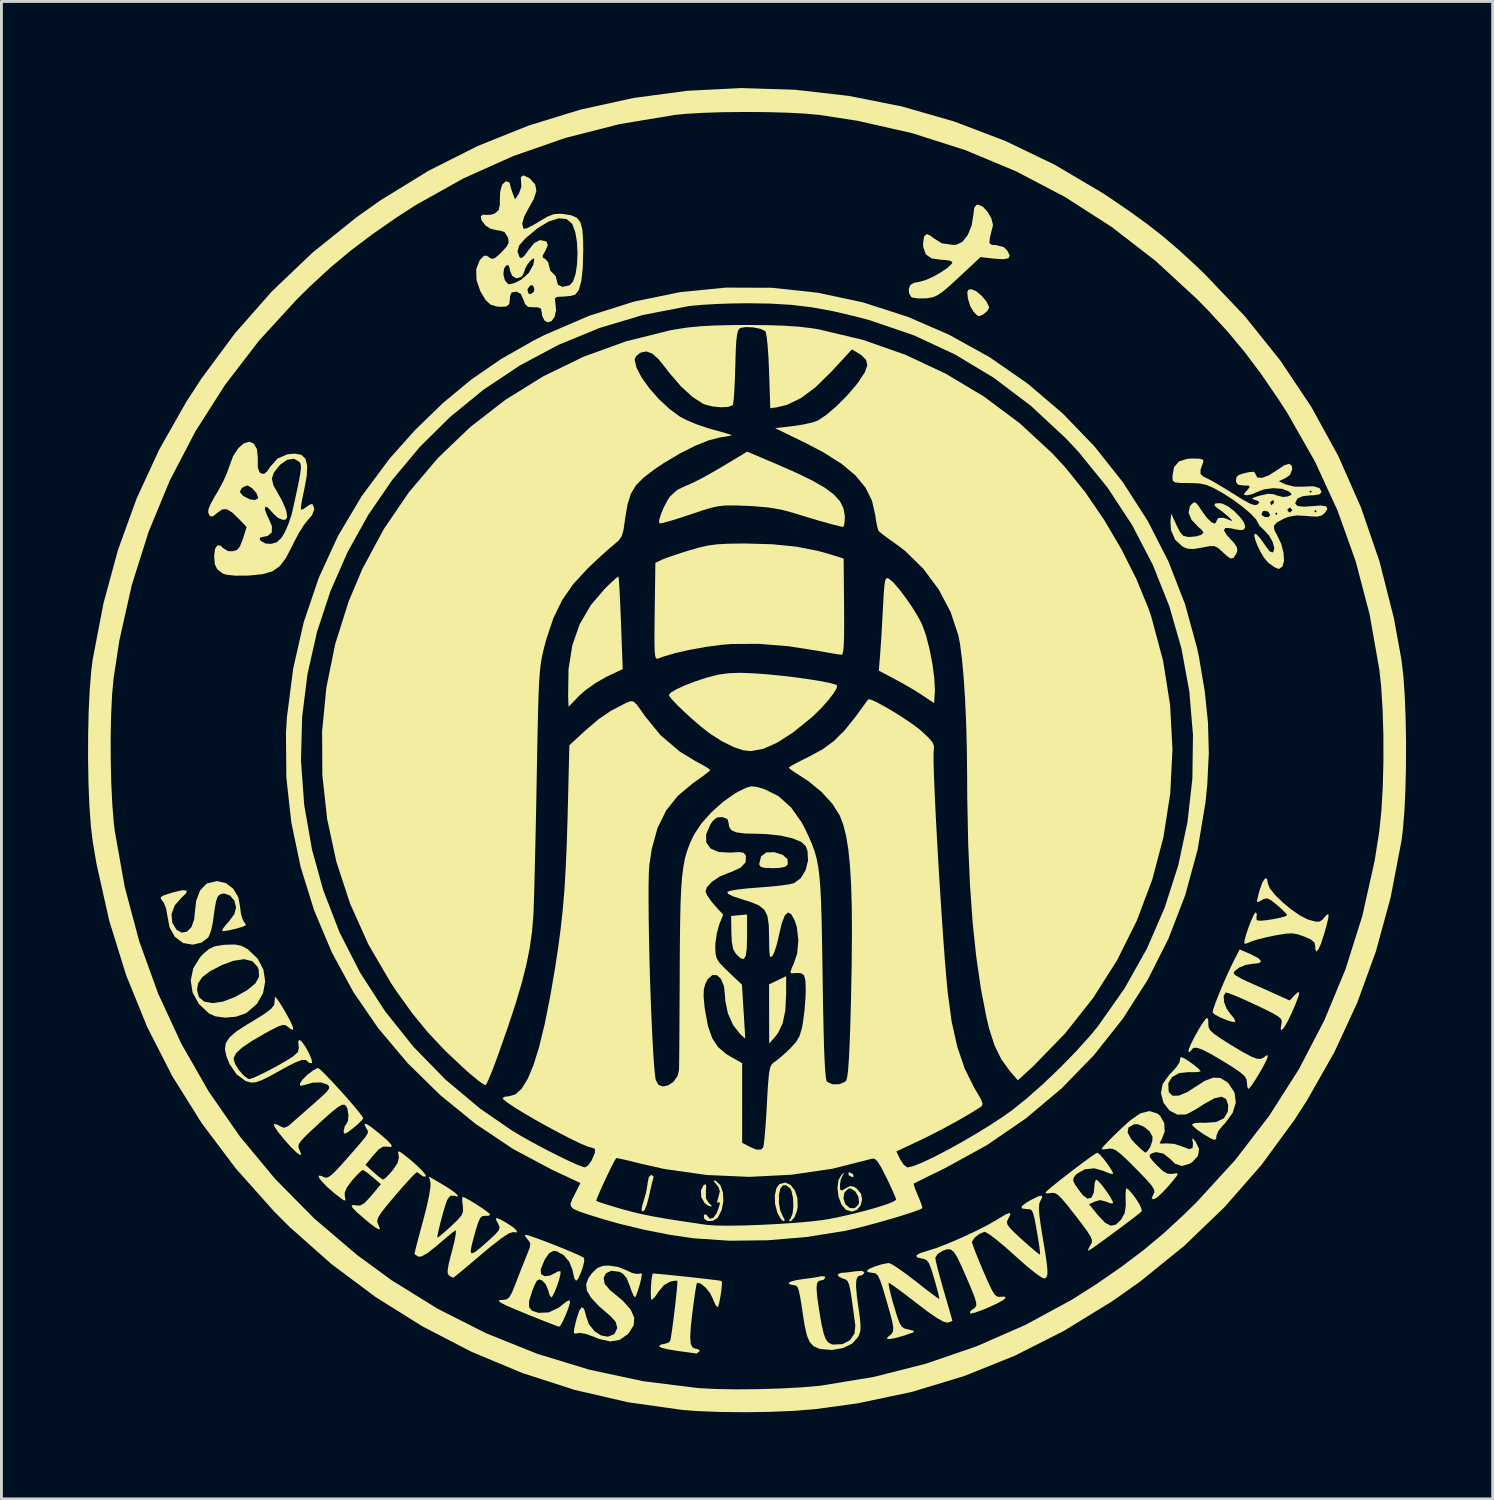
<source format=kicad_pcb>
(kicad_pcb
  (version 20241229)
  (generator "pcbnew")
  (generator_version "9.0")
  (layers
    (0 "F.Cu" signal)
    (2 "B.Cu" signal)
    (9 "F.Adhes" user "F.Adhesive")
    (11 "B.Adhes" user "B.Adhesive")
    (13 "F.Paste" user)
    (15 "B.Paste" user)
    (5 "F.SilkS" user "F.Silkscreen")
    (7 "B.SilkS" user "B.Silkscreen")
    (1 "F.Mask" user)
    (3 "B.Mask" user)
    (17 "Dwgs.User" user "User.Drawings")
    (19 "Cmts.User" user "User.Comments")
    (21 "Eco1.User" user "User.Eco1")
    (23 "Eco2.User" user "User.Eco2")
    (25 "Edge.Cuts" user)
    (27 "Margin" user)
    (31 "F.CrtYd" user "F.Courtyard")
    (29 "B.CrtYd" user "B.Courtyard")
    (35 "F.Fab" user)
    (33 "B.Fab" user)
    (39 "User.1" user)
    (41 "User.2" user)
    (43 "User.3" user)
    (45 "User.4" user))
  (footprint "SWU1"
    (layer "F.Cu")
    (at 22.737 17.926)
    (property "Reference" "SWU1" (at 0 0 0) (layer "F.SilkS") (effects (font (size 1.5 1.5) (thickness 0.3))))
    (attr board_only exclude_from_pos_files exclude_from_bom)
    (fp_poly (pts (xy 3.75 19.685) (xy 3.768 19.708) (xy 3.764 19.787) (xy 3.735 19.793) (xy 3.616 19.731) (xy 3.598 19.708) (xy 3.602 19.63) (xy 3.631 19.623)) (stroke (width 0) (type solid)) (fill yes) (layer "F.SilkS"))
    (fp_poly (pts (xy 1.439 13.445) (xy 1.41 14.019) (xy 1.318 14.461) (xy 1.156 14.801) (xy 1.057 14.93) (xy 0.852 15.164) (xy 0.849 14.139) (xy 0.847 13.114) (xy 1.143 12.972) (xy 1.439 12.83)) (stroke (width 0) (type solid)) (fill yes) (layer "F.SilkS"))
    (fp_poly (pts (xy 0.085 11.463) (xy 0.075 11.874) (xy 0.039 12.127) (xy -0.028 12.236) (xy -0.137 12.211) (xy -0.293 12.066) (xy -0.298 12.061) (xy -0.392 11.902) (xy -0.442 11.659) (xy -0.459 11.318) (xy -0.466 10.746) (xy -0.191 10.72) (xy 0.085 10.693)) (stroke (width 0) (type solid)) (fill yes) (layer "F.SilkS"))
    (fp_poly (pts (xy -1.328 20.129) (xy -1.341 20.279) (xy -1.338 20.528) (xy -1.247 20.68) (xy -1.222 20.7) (xy -1.139 20.785) (xy -1.163 20.813) (xy -1.294 20.758) (xy -1.391 20.679) (xy -1.501 20.478) (xy -1.512 20.248) (xy -1.42 20.068) (xy -1.414 20.063) (xy -1.346 20.035)) (stroke (width 0) (type solid)) (fill yes) (layer "F.SilkS"))
    (fp_poly (pts (xy 1.038 8.539) (xy 1.329 8.636) (xy 1.486 8.782) (xy 1.494 8.961) (xy 1.404 9.043) (xy 1.196 9.083) (xy 0.976 9.09) (xy 0.704 9.081) (xy 0.562 9.048) (xy 0.511 8.976) (xy 0.508 8.936) (xy 0.57 8.681) (xy 0.75 8.545) (xy 1.033 8.538)) (stroke (width 0) (type solid)) (fill yes) (layer "F.SilkS"))
    (fp_poly (pts (xy -3.153 19.768) (xy -3.162 19.832) (xy -3.204 19.978) (xy -3.263 20.23) (xy -3.315 20.469) (xy -3.385 20.738) (xy -3.462 20.923) (xy -3.521 20.983) (xy -3.57 20.935) (xy -3.545 20.774) (xy -3.497 20.622) (xy -3.414 20.327) (xy -3.363 20.044) (xy -3.358 19.985) (xy -3.316 19.781) (xy -3.229 19.709)) (stroke (width 0) (type solid)) (fill yes) (layer "F.SilkS"))
    (fp_poly (pts (xy 8.018 -10.893) (xy 8.209 -10.733) (xy 8.375 -10.534) (xy 8.463 -10.352) (xy 8.467 -10.318) (xy 8.401 -10.199) (xy 8.256 -10.081) (xy 8.108 -10.024) (xy 8.104 -10.024) (xy 8.028 -10.079) (xy 7.926 -10.183) (xy 7.814 -10.376) (xy 7.736 -10.63) (xy 7.732 -10.651) (xy 7.711 -10.855) (xy 7.751 -10.942) (xy 7.855 -10.959)) (stroke (width 0) (type solid)) (fill yes) (layer "F.SilkS"))
    (fp_poly (pts (xy -4.367 -1.008) (xy -4.355 -0.917) (xy -4.34 -0.684) (xy -4.321 -0.335) (xy -4.301 0.103) (xy -4.281 0.603) (xy -4.28 0.609) (xy -4.221 2.194) (xy -4.791 2.467) (xy -5.153 2.672) (xy -5.506 2.922) (xy -5.729 3.119) (xy -6.096 3.499) (xy -6.112 3.13) (xy -6.098 2.197) (xy -5.967 1.373) (xy -5.711 0.641) (xy -5.326 -0.019) (xy -4.846 -0.583) (xy -4.627 -0.796) (xy -4.459 -0.947) (xy -4.372 -1.009)) (stroke (width 0) (type solid)) (fill yes) (layer "F.SilkS"))
    (fp_poly (pts (xy 4.997 -0.933) (xy 5.152 -0.802) (xy 5.361 -0.562) (xy 5.595 -0.252) (xy 5.827 0.088) (xy 6.028 0.42) (xy 6.151 0.662) (xy 6.282 1.029) (xy 6.402 1.497) (xy 6.502 2.005) (xy 6.568 2.493) (xy 6.591 2.901) (xy 6.587 3.005) (xy 6.562 3.376) (xy 6.17 3.111) (xy 5.886 2.931) (xy 5.531 2.723) (xy 5.213 2.548) (xy 4.648 2.251) (xy 4.693 1.699) (xy 4.715 1.39) (xy 4.742 0.97) (xy 4.769 0.494) (xy 4.792 0.066) (xy 4.816 -0.378) (xy 4.838 -0.677) (xy 4.865 -0.856) (xy 4.9 -0.94) (xy 4.949 -0.953)) (stroke (width 0) (type solid)) (fill yes) (layer "F.SilkS"))
    (fp_poly (pts (xy -0.994 19.925) (xy -0.839 20.067) (xy -0.752 20.315) (xy -0.736 20.618) (xy -0.793 20.925) (xy -0.924 21.186) (xy -0.938 21.203) (xy -1.099 21.304) (xy -1.283 21.31) (xy -1.4 21.232) (xy -1.412 21.109) (xy -1.394 21.083) (xy -1.316 21.091) (xy -1.294 21.131) (xy -1.203 21.234) (xy -1.082 21.198) (xy -0.967 21.038) (xy -0.94 20.97) (xy -0.868 20.754) (xy -0.854 20.663) (xy -0.896 20.664) (xy -0.924 20.681) (xy -0.952 20.647) (xy -0.916 20.502) (xy -0.907 20.478) (xy -0.857 20.276) (xy -0.91 20.125) (xy -0.973 20.049) (xy -1.071 19.929) (xy -1.05 19.906)) (stroke (width 0) (type solid)) (fill yes) (layer "F.SilkS"))
    (fp_poly (pts (xy 1.594 20.062) (xy 1.741 20.252) (xy 1.829 20.518) (xy 1.837 20.829) (xy 1.813 20.96) (xy 1.731 21.171) (xy 1.627 21.297) (xy 1.609 21.305) (xy 1.528 21.315) (xy 1.582 21.236) (xy 1.587 21.231) (xy 1.66 21.061) (xy 1.689 20.796) (xy 1.676 20.506) (xy 1.622 20.262) (xy 1.579 20.178) (xy 1.426 20.068) (xy 1.325 20.074) (xy 1.234 20.19) (xy 1.188 20.413) (xy 1.189 20.685) (xy 1.235 20.95) (xy 1.317 21.134) (xy 1.389 21.276) (xy 1.355 21.322) (xy 1.266 21.251) (xy 1.16 21.074) (xy 1.13 21.008) (xy 1.054 20.715) (xy 1.048 20.414) (xy 1.106 20.163) (xy 1.204 20.033) (xy 1.408 19.978)) (stroke (width 0) (type solid)) (fill yes) (layer "F.SilkS"))
    (fp_poly (pts (xy 3.44 19.671) (xy 3.408 19.708) (xy 3.328 19.879) (xy 3.302 20.067) (xy 3.312 20.231) (xy 3.374 20.252) (xy 3.497 20.179) (xy 3.658 20.097) (xy 3.792 20.126) (xy 3.878 20.182) (xy 4.03 20.361) (xy 4.069 20.572) (xy 4.016 20.772) (xy 3.89 20.923) (xy 3.713 20.985) (xy 3.505 20.918) (xy 3.35 20.733) (xy 3.276 20.529) (xy 3.423 20.529) (xy 3.488 20.725) (xy 3.642 20.861) (xy 3.811 20.866) (xy 3.938 20.749) (xy 3.965 20.657) (xy 3.937 20.458) (xy 3.829 20.283) (xy 3.683 20.186) (xy 3.594 20.189) (xy 3.458 20.321) (xy 3.423 20.529) (xy 3.276 20.529) (xy 3.251 20.461) (xy 3.216 20.16) (xy 3.251 19.888) (xy 3.362 19.704) (xy 3.365 19.702) (xy 3.463 19.632)) (stroke (width 0) (type solid)) (fill yes) (layer "F.SilkS"))
    (fp_poly (pts (xy 0.315 2.343) (xy 0.783 2.377) (xy 1.282 2.426) (xy 1.781 2.485) (xy 2.249 2.551) (xy 2.656 2.618) (xy 2.97 2.681) (xy 3.161 2.736) (xy 3.2 2.758) (xy 3.188 2.856) (xy 3.077 3.041) (xy 2.892 3.281) (xy 2.657 3.544) (xy 2.397 3.802) (xy 2.309 3.88) (xy 1.685 4.384) (xy 1.134 4.741) (xy 0.648 4.957) (xy 0.219 5.034) (xy -0.042 5.01) (xy -0.38 4.895) (xy -0.778 4.698) (xy -1.172 4.449) (xy -1.255 4.389) (xy -1.53 4.171) (xy -1.824 3.918) (xy -2.109 3.657) (xy -2.357 3.417) (xy -2.537 3.224) (xy -2.622 3.105) (xy -2.625 3.092) (xy -2.549 3.005) (xy -2.346 2.887) (xy -2.053 2.754) (xy -1.704 2.62) (xy -1.338 2.499) (xy -0.989 2.407) (xy -0.859 2.38) (xy -0.532 2.338) (xy -0.155 2.325)) (stroke (width 0) (type solid)) (fill yes) (layer "F.SilkS"))
    (fp_poly (pts (xy 0.956 -2.128) (xy 1.789 -2.045) (xy 2.537 -1.898) (xy 2.921 -1.791) (xy 3.429 -1.633) (xy 3.445 0.033) (xy 3.448 0.644) (xy 3.444 1.1) (xy 3.431 1.416) (xy 3.408 1.609) (xy 3.376 1.693) (xy 3.361 1.699) (xy 3.233 1.684) (xy 2.989 1.644) (xy 2.675 1.587) (xy 2.614 1.575) (xy 1.518 1.404) (xy 0.483 1.321) (xy -0.458 1.327) (xy -0.808 1.356) (xy -1.356 1.43) (xy -1.912 1.531) (xy -2.423 1.648) (xy -2.84 1.771) (xy -2.986 1.826) (xy -3.037 1.838) (xy -3.075 1.811) (xy -3.1 1.725) (xy -3.115 1.557) (xy -3.122 1.289) (xy -3.121 0.897) (xy -3.115 0.362) (xy -3.113 0.202) (xy -3.09 -1.484) (xy -2.879 -1.586) (xy -2.704 -1.656) (xy -2.417 -1.756) (xy -2.068 -1.869) (xy -1.905 -1.919) (xy -1.558 -2.018) (xy -1.255 -2.085) (xy -0.945 -2.126) (xy -0.577 -2.146) (xy -0.099 -2.153) (xy 0 -2.154)) (stroke (width 0) (type solid)) (fill yes) (layer "F.SilkS"))
    (fp_poly (pts (xy 16.056 14.345) (xy 16.06 14.496) (xy 16.069 14.605) (xy 16.127 14.709) (xy 16.26 14.831) (xy 16.491 14.991) (xy 16.845 15.214) (xy 16.849 15.216) (xy 17.25 15.457) (xy 17.537 15.611) (xy 17.738 15.688) (xy 17.877 15.697) (xy 17.982 15.646) (xy 18.017 15.614) (xy 18.103 15.559) (xy 18.119 15.608) (xy 18.078 15.726) (xy 17.975 15.93) (xy 17.836 16.178) (xy 17.686 16.423) (xy 17.554 16.621) (xy 17.464 16.728) (xy 17.449 16.735) (xy 17.408 16.662) (xy 17.396 16.509) (xy 17.379 16.398) (xy 17.31 16.289) (xy 17.164 16.161) (xy 16.917 15.991) (xy 16.595 15.79) (xy 16.172 15.539) (xy 15.867 15.381) (xy 15.662 15.309) (xy 15.536 15.316) (xy 15.471 15.396) (xy 15.47 15.397) (xy 15.401 15.461) (xy 15.371 15.446) (xy 15.384 15.355) (xy 15.464 15.166) (xy 15.588 14.921) (xy 15.73 14.667) (xy 15.868 14.446) (xy 15.976 14.303) (xy 16.018 14.273)) (stroke (width 0) (type solid)) (fill yes) (layer "F.SilkS"))
    (fp_poly (pts (xy -17.437 11.775) (xy -17.235 11.88) (xy -17.196 11.907) (xy -16.861 12.227) (xy -16.664 12.608) (xy -16.603 13.017) (xy -16.678 13.421) (xy -16.887 13.788) (xy -17.228 14.084) (xy -17.294 14.123) (xy -17.618 14.235) (xy -17.989 14.267) (xy -18.336 14.219) (xy -18.544 14.126) (xy -18.904 13.788) (xy -19.117 13.397) (xy -19.131 13.305) (xy -18.965 13.305) (xy -18.898 13.557) (xy -18.711 13.712) (xy -18.425 13.764) (xy -18.06 13.71) (xy -17.653 13.553) (xy -17.219 13.311) (xy -16.943 13.081) (xy -16.816 12.85) (xy -16.828 12.605) (xy -16.867 12.507) (xy -17.045 12.312) (xy -17.329 12.242) (xy -17.707 12.298) (xy -18.099 12.445) (xy -18.513 12.659) (xy -18.782 12.864) (xy -18.926 13.078) (xy -18.965 13.305) (xy -19.131 13.305) (xy -19.182 12.978) (xy -19.094 12.559) (xy -18.852 12.167) (xy -18.756 12.065) (xy -18.55 11.89) (xy -18.346 11.795) (xy -18.07 11.75) (xy -17.971 11.742) (xy -17.658 11.734)) (stroke (width 0) (type solid)) (fill yes) (layer "F.SilkS"))
    (fp_poly (pts (xy 1.081 -4.914) (xy 1.788 -4.604) (xy 2.349 -4.331) (xy 2.777 -4.085) (xy 3.088 -3.853) (xy 3.297 -3.624) (xy 3.419 -3.386) (xy 3.468 -3.127) (xy 3.471 -3.037) (xy 3.456 -2.834) (xy 3.419 -2.73) (xy 3.408 -2.726) (xy 3.297 -2.751) (xy 3.077 -2.806) (xy 2.879 -2.859) (xy 2.564 -2.947) (xy 2.169 -3.065) (xy 1.773 -3.188) (xy 1.736 -3.2) (xy 1.289 -3.322) (xy 0.823 -3.402) (xy 0.273 -3.448) (xy 0.085 -3.457) (xy -0.324 -3.472) (xy -0.63 -3.472) (xy -0.886 -3.449) (xy -1.144 -3.395) (xy -1.454 -3.302) (xy -1.87 -3.162) (xy -1.9 -3.152) (xy -2.285 -3.025) (xy -2.61 -2.926) (xy -2.842 -2.864) (xy -2.95 -2.848) (xy -2.953 -2.85) (xy -2.959 -2.96) (xy -2.899 -3.166) (xy -2.793 -3.417) (xy -2.662 -3.663) (xy -2.58 -3.786) (xy -2.334 -4.01) (xy -2.052 -4.146) (xy -1.848 -4.23) (xy -1.543 -4.381) (xy -1.179 -4.58) (xy -0.816 -4.791) (xy 0.088 -5.335)) (stroke (width 0) (type solid)) (fill yes) (layer "F.SilkS"))
    (fp_poly (pts (xy 8.253 -13.817) (xy 8.415 -13.639) (xy 8.544 -13.415) (xy 8.599 -13.203) (xy 8.591 -13.126) (xy 8.532 -12.908) (xy 8.491 -12.721) (xy 8.478 -12.558) (xy 8.555 -12.496) (xy 8.706 -12.488) (xy 8.974 -12.418) (xy 9.093 -12.304) (xy 9.18 -12.132) (xy 9.138 -12.033) (xy 8.957 -11.998) (xy 8.648 -12.018) (xy 8.17 -12.072) (xy 7.423 -11.375) (xy 7.097 -11.075) (xy 6.859 -10.874) (xy 6.677 -10.75) (xy 6.518 -10.683) (xy 6.35 -10.651) (xy 6.28 -10.644) (xy 6.019 -10.64) (xy 5.82 -10.668) (xy 5.771 -10.688) (xy 5.694 -10.824) (xy 5.686 -10.968) (xy 5.738 -11.107) (xy 5.874 -11.183) (xy 6.054 -11.216) (xy 6.275 -11.279) (xy 6.541 -11.399) (xy 6.81 -11.551) (xy 7.036 -11.708) (xy 7.174 -11.842) (xy 7.197 -11.897) (xy 7.121 -11.946) (xy 6.93 -11.974) (xy 6.822 -11.978) (xy 6.482 -12.024) (xy 6.275 -12.168) (xy 6.186 -12.423) (xy 6.181 -12.531) (xy 6.212 -12.779) (xy 6.304 -12.87) (xy 6.454 -12.803) (xy 6.514 -12.748) (xy 6.828 -12.55) (xy 7.227 -12.494) (xy 7.335 -12.502) (xy 7.548 -12.606) (xy 7.731 -12.842) (xy 7.864 -13.172) (xy 7.924 -13.548) (xy 7.952 -13.776) (xy 8.022 -13.875) (xy 8.094 -13.889)) (stroke (width 0) (type solid)) (fill yes) (layer "F.SilkS"))
    (fp_poly (pts (xy 17.546 12.079) (xy 17.796 12.21) (xy 17.887 12.312) (xy 17.817 12.379) (xy 17.586 12.403) (xy 17.582 12.403) (xy 17.351 12.441) (xy 17.127 12.534) (xy 16.971 12.654) (xy 16.933 12.736) (xy 17.005 12.804) (xy 17.191 12.911) (xy 17.42 13.021) (xy 17.79 13.185) (xy 18.194 13.365) (xy 18.392 13.455) (xy 18.877 13.673) (xy 19.048 13.489) (xy 19.165 13.382) (xy 19.208 13.397) (xy 19.177 13.54) (xy 19.069 13.821) (xy 18.953 14.091) (xy 18.806 14.397) (xy 18.684 14.604) (xy 18.6 14.698) (xy 18.564 14.666) (xy 18.589 14.495) (xy 18.592 14.485) (xy 18.604 14.393) (xy 18.575 14.312) (xy 18.48 14.226) (xy 18.296 14.117) (xy 18 13.968) (xy 17.683 13.817) (xy 17.313 13.647) (xy 16.999 13.511) (xy 16.771 13.423) (xy 16.661 13.396) (xy 16.658 13.397) (xy 16.59 13.52) (xy 16.605 13.726) (xy 16.691 13.954) (xy 16.819 14.134) (xy 16.951 14.292) (xy 16.995 14.4) (xy 16.989 14.414) (xy 16.89 14.412) (xy 16.702 14.354) (xy 16.485 14.265) (xy 16.3 14.168) (xy 16.209 14.093) (xy 16.225 13.994) (xy 16.299 13.776) (xy 16.416 13.475) (xy 16.562 13.125) (xy 16.722 12.761) (xy 16.882 12.419) (xy 16.983 12.217) (xy 17.145 11.904)) (stroke (width 0) (type solid)) (fill yes) (layer "F.SilkS"))
    (fp_poly (pts (xy -17.964 9.608) (xy -17.707 9.804) (xy -17.533 10.103) (xy -17.475 10.411) (xy -17.443 10.673) (xy -17.381 10.876) (xy -17.354 10.919) (xy -17.281 11.035) (xy -17.281 11.073) (xy -17.401 11.124) (xy -17.606 11.184) (xy -17.832 11.237) (xy -18.017 11.268) (xy -18.095 11.266) (xy -18.068 11.185) (xy -17.949 11.034) (xy -17.875 10.956) (xy -17.672 10.683) (xy -17.611 10.455) (xy -17.672 10.212) (xy -17.824 10.035) (xy -18.024 9.966) (xy -18.11 9.979) (xy -18.193 10.016) (xy -18.253 10.087) (xy -18.301 10.223) (xy -18.345 10.455) (xy -18.396 10.814) (xy -18.415 10.959) (xy -18.471 11.228) (xy -18.55 11.445) (xy -18.579 11.493) (xy -18.808 11.669) (xy -19.113 11.738) (xy -19.433 11.685) (xy -19.453 11.677) (xy -19.729 11.472) (xy -19.914 11.143) (xy -19.992 10.736) (xy -20.036 10.48) (xy -20.12 10.279) (xy -20.136 10.257) (xy -20.213 10.158) (xy -20.218 10.091) (xy -20.124 10.034) (xy -19.907 9.963) (xy -19.748 9.917) (xy -19.464 9.852) (xy -19.323 9.864) (xy -19.332 9.949) (xy -19.491 10.105) (xy -19.504 10.115) (xy -19.737 10.38) (xy -19.848 10.686) (xy -19.82 10.98) (xy -19.672 11.225) (xy -19.491 11.323) (xy -19.309 11.288) (xy -19.155 11.129) (xy -19.061 10.86) (xy -19.045 10.682) (xy -18.993 10.219) (xy -18.858 9.864) (xy -18.648 9.64) (xy -18.602 9.615) (xy -18.273 9.538)) (stroke (width 0) (type solid)) (fill yes) (layer "F.SilkS"))
    (fp_poly (pts (xy -4.386 22.899) (xy -4.091 23.017) (xy -4.087 23.02) (xy -3.875 23.117) (xy -3.706 23.143) (xy -3.684 23.138) (xy -3.574 23.123) (xy -3.556 23.145) (xy -3.578 23.293) (xy -3.631 23.509) (xy -3.698 23.73) (xy -3.761 23.899) (xy -3.799 23.955) (xy -3.853 23.882) (xy -3.931 23.694) (xy -3.979 23.552) (xy -4.09 23.278) (xy -4.226 23.125) (xy -4.344 23.068) (xy -4.614 23.033) (xy -4.8 23.117) (xy -4.883 23.281) (xy -4.846 23.487) (xy -4.669 23.698) (xy -4.651 23.712) (xy -4.221 24.067) (xy -3.946 24.378) (xy -3.822 24.659) (xy -3.842 24.922) (xy -4.003 25.179) (xy -4.057 25.237) (xy -4.333 25.428) (xy -4.654 25.48) (xy -5.044 25.393) (xy -5.241 25.312) (xy -5.494 25.22) (xy -5.706 25.185) (xy -5.77 25.192) (xy -5.869 25.214) (xy -5.913 25.179) (xy -5.904 25.055) (xy -5.847 24.81) (xy -5.818 24.694) (xy -5.725 24.413) (xy -5.638 24.297) (xy -5.561 24.346) (xy -5.499 24.563) (xy -5.493 24.597) (xy -5.389 24.889) (xy -5.203 25.121) (xy -4.973 25.272) (xy -4.735 25.317) (xy -4.526 25.233) (xy -4.504 25.213) (xy -4.408 25.016) (xy -4.469 24.796) (xy -4.634 24.614) (xy -5.044 24.258) (xy -5.317 23.967) (xy -5.462 23.721) (xy -5.488 23.499) (xy -5.405 23.279) (xy -5.284 23.113) (xy -5.097 22.934) (xy -4.89 22.861) (xy -4.713 22.852)) (stroke (width 0) (type solid)) (fill yes) (layer "F.SilkS"))
    (fp_poly (pts (xy -14.688 16.073) (xy -14.521 16.234) (xy -14.298 16.468) (xy -14.043 16.744) (xy -13.783 17.034) (xy -13.544 17.31) (xy -13.352 17.542) (xy -13.234 17.701) (xy -13.208 17.753) (xy -13.269 17.835) (xy -13.423 17.981) (xy -13.547 18.084) (xy -13.745 18.237) (xy -13.846 18.288) (xy -13.882 18.246) (xy -13.885 18.188) (xy -13.847 18.024) (xy -13.801 17.967) (xy -13.736 17.843) (xy -13.721 17.636) (xy -13.756 17.424) (xy -13.795 17.336) (xy -13.852 17.282) (xy -13.937 17.284) (xy -14.068 17.355) (xy -14.266 17.507) (xy -14.548 17.755) (xy -14.893 18.072) (xy -15.177 18.339) (xy -15.352 18.522) (xy -15.439 18.648) (xy -15.455 18.745) (xy -15.42 18.84) (xy -15.419 18.841) (xy -15.357 18.993) (xy -15.392 19.024) (xy -15.514 18.94) (xy -15.709 18.75) (xy -15.92 18.516) (xy -16.16 18.222) (xy -16.286 18.03) (xy -16.297 17.944) (xy -16.19 17.969) (xy -16.098 18.022) (xy -15.953 18.082) (xy -15.82 18.032) (xy -15.73 17.958) (xy -15.582 17.827) (xy -15.345 17.619) (xy -15.062 17.37) (xy -14.916 17.242) (xy -14.634 16.991) (xy -14.463 16.824) (xy -14.388 16.717) (xy -14.39 16.645) (xy -14.451 16.584) (xy -14.667 16.511) (xy -14.962 16.519) (xy -15.261 16.604) (xy -15.387 16.628) (xy -15.403 16.558) (xy -15.32 16.422) (xy -15.146 16.247) (xy -15.139 16.241) (xy -14.948 16.098) (xy -14.8 16.019) (xy -14.772 16.013)) (stroke (width 0) (type solid)) (fill yes) (layer "F.SilkS"))
    (fp_poly (pts (xy 15.221 15.674) (xy 15.39 15.781) (xy 15.575 15.914) (xy 15.724 16.039) (xy 15.791 16.119) (xy 15.789 16.127) (xy 15.683 16.152) (xy 15.473 16.156) (xy 15.385 16.152) (xy 15.045 16.188) (xy 14.799 16.326) (xy 14.672 16.543) (xy 14.685 16.816) (xy 14.699 16.856) (xy 14.821 16.972) (xy 15.038 16.967) (xy 15.331 16.844) (xy 15.567 16.693) (xy 15.94 16.454) (xy 16.233 16.343) (xy 16.477 16.357) (xy 16.7 16.492) (xy 16.761 16.549) (xy 16.966 16.858) (xy 17.012 17.203) (xy 16.903 17.564) (xy 16.64 17.924) (xy 16.56 18.003) (xy 16.411 18.184) (xy 16.341 18.35) (xy 16.341 18.364) (xy 16.327 18.472) (xy 16.265 18.499) (xy 16.125 18.441) (xy 15.878 18.292) (xy 15.856 18.278) (xy 15.65 18.132) (xy 15.519 18.01) (xy 15.496 17.967) (xy 15.572 17.922) (xy 15.777 17.904) (xy 15.938 17.909) (xy 16.33 17.883) (xy 16.598 17.752) (xy 16.735 17.523) (xy 16.748 17.301) (xy 16.676 17.083) (xy 16.516 17.004) (xy 16.264 17.062) (xy 15.915 17.257) (xy 15.891 17.273) (xy 15.627 17.44) (xy 15.395 17.569) (xy 15.272 17.622) (xy 14.985 17.624) (xy 14.717 17.484) (xy 14.515 17.227) (xy 14.508 17.213) (xy 14.417 16.876) (xy 14.481 16.56) (xy 14.708 16.244) (xy 14.78 16.172) (xy 14.954 15.981) (xy 15.058 15.816) (xy 15.071 15.764) (xy 15.094 15.647) (xy 15.115 15.631)) (stroke (width 0) (type solid)) (fill yes) (layer "F.SilkS"))
    (fp_poly (pts (xy 18.091 9.453) (xy 18.121 9.608) (xy 18.121 9.621) (xy 18.19 9.79) (xy 18.369 10.015) (xy 18.623 10.265) (xy 18.918 10.51) (xy 19.217 10.718) (xy 19.486 10.859) (xy 19.553 10.882) (xy 19.784 10.943) (xy 19.92 10.939) (xy 20.024 10.86) (xy 20.077 10.796) (xy 20.178 10.69) (xy 20.223 10.698) (xy 20.213 10.833) (xy 20.145 11.108) (xy 20.062 11.395) (xy 19.955 11.718) (xy 19.863 11.916) (xy 19.797 11.979) (xy 19.764 11.894) (xy 19.763 11.791) (xy 19.731 11.66) (xy 19.599 11.553) (xy 19.372 11.454) (xy 19.152 11.38) (xy 18.964 11.348) (xy 18.748 11.358) (xy 18.443 11.407) (xy 18.33 11.428) (xy 17.996 11.5) (xy 17.71 11.575) (xy 17.527 11.638) (xy 17.514 11.644) (xy 17.367 11.703) (xy 17.308 11.702) (xy 17.31 11.605) (xy 17.363 11.406) (xy 17.446 11.156) (xy 17.542 10.907) (xy 17.631 10.712) (xy 17.695 10.62) (xy 17.7 10.619) (xy 17.742 10.681) (xy 17.729 10.738) (xy 17.727 10.867) (xy 17.753 10.899) (xy 17.867 10.91) (xy 18.076 10.891) (xy 18.328 10.852) (xy 18.566 10.803) (xy 18.737 10.753) (xy 18.789 10.716) (xy 18.726 10.634) (xy 18.572 10.483) (xy 18.443 10.369) (xy 18.235 10.201) (xy 18.099 10.136) (xy 17.986 10.155) (xy 17.934 10.184) (xy 17.796 10.256) (xy 17.744 10.264) (xy 17.754 10.174) (xy 17.802 9.975) (xy 17.842 9.833) (xy 17.935 9.578) (xy 18.024 9.448)) (stroke (width 0) (type solid)) (fill yes) (layer "F.SilkS"))
    (fp_poly (pts (xy -16.222 13.578) (xy -16.117 13.725) (xy -15.968 13.963) (xy -15.916 14.052) (xy -15.73 14.391) (xy -15.638 14.606) (xy -15.642 14.693) (xy -15.742 14.647) (xy -15.811 14.588) (xy -15.894 14.53) (xy -15.992 14.52) (xy -16.14 14.567) (xy -16.373 14.683) (xy -16.617 14.816) (xy -17.083 15.086) (xy -17.407 15.307) (xy -17.604 15.491) (xy -17.689 15.652) (xy -17.695 15.709) (xy -17.642 15.878) (xy -17.512 16.084) (xy -17.349 16.271) (xy -17.197 16.384) (xy -17.15 16.395) (xy -17.023 16.356) (xy -16.792 16.252) (xy -16.499 16.105) (xy -16.184 15.938) (xy -15.891 15.77) (xy -15.66 15.626) (xy -15.636 15.609) (xy -15.47 15.456) (xy -15.435 15.299) (xy -15.447 15.238) (xy -15.458 15.086) (xy -15.418 15.036) (xy -15.332 15.102) (xy -15.216 15.266) (xy -15.099 15.474) (xy -15.01 15.674) (xy -14.975 15.813) (xy -14.987 15.844) (xy -15.089 15.829) (xy -15.112 15.802) (xy -15.194 15.733) (xy -15.33 15.733) (xy -15.545 15.811) (xy -15.864 15.973) (xy -16.068 16.086) (xy -16.457 16.302) (xy -16.735 16.438) (xy -16.935 16.506) (xy -17.092 16.515) (xy -17.239 16.475) (xy -17.288 16.454) (xy -17.597 16.228) (xy -17.842 15.863) (xy -17.943 15.612) (xy -17.996 15.363) (xy -17.967 15.149) (xy -17.837 14.948) (xy -17.59 14.737) (xy -17.209 14.491) (xy -17.06 14.404) (xy -16.657 14.156) (xy -16.403 13.966) (xy -16.292 13.827) (xy -16.286 13.799) (xy -16.271 13.618) (xy -16.265 13.551)) (stroke (width 0) (type solid)) (fill yes) (layer "F.SilkS"))
    (fp_poly (pts (xy 15.624 -3.57) (xy 15.721 -3.456) (xy 15.834 -3.282) (xy 16.012 -3.039) (xy 16.172 -2.886) (xy 16.289 -2.84) (xy 16.34 -2.917) (xy 16.341 -2.933) (xy 16.405 -3.038) (xy 16.578 -3.044) (xy 16.791 -2.968) (xy 16.889 -2.929) (xy 16.866 -2.973) (xy 16.743 -3.091) (xy 16.546 -3.258) (xy 16.376 -3.38) (xy 16.363 -3.387) (xy 16.264 -3.48) (xy 16.306 -3.542) (xy 16.459 -3.551) (xy 16.547 -3.534) (xy 16.744 -3.439) (xy 16.963 -3.268) (xy 17.162 -3.064) (xy 17.3 -2.869) (xy 17.337 -2.732) (xy 17.299 -2.645) (xy 17.207 -2.616) (xy 17.02 -2.64) (xy 16.828 -2.683) (xy 16.645 -2.692) (xy 16.599 -2.609) (xy 16.695 -2.449) (xy 16.743 -2.396) (xy 16.951 -2.171) (xy 17.051 -2.018) (xy 17.064 -1.897) (xy 17.021 -1.789) (xy 16.931 -1.656) (xy 16.835 -1.633) (xy 16.693 -1.728) (xy 16.551 -1.862) (xy 16.396 -2.002) (xy 16.267 -2.064) (xy 16.097 -2.061) (xy 15.847 -2.013) (xy 15.554 -1.964) (xy 15.355 -1.971) (xy 15.185 -2.037) (xy 15.17 -2.045) (xy 14.912 -2.281) (xy 14.767 -2.612) (xy 14.748 -2.911) (xy 14.775 -3.186) (xy 14.96 -2.782) (xy 15.082 -2.543) (xy 15.19 -2.423) (xy 15.331 -2.383) (xy 15.426 -2.38) (xy 15.659 -2.404) (xy 15.829 -2.459) (xy 15.829 -2.46) (xy 15.89 -2.531) (xy 15.832 -2.626) (xy 15.717 -2.724) (xy 15.477 -2.974) (xy 15.376 -3.222) (xy 15.422 -3.442) (xy 15.461 -3.493) (xy 15.549 -3.575)) (stroke (width 0) (type solid)) (fill yes) (layer "F.SilkS"))
    (fp_poly (pts (xy -3.097 23.132) (xy -2.882 23.151) (xy -2.573 23.181) (xy -2.207 23.219) (xy -1.819 23.26) (xy -1.447 23.302) (xy -1.128 23.34) (xy -0.899 23.369) (xy -0.796 23.387) (xy -0.794 23.388) (xy -0.785 23.487) (xy -0.802 23.684) (xy -0.837 23.922) (xy -0.878 24.138) (xy -0.919 24.276) (xy -0.936 24.296) (xy -1.003 24.223) (xy -1.085 24.045) (xy -1.102 23.995) (xy -1.201 23.8) (xy -1.349 23.617) (xy -1.504 23.486) (xy -1.626 23.446) (xy -1.651 23.46) (xy -1.675 23.554) (xy -1.713 23.782) (xy -1.76 24.111) (xy -1.811 24.506) (xy -1.812 24.51) (xy -1.865 24.996) (xy -1.884 25.338) (xy -1.866 25.559) (xy -1.807 25.684) (xy -1.704 25.735) (xy -1.636 25.74) (xy -1.556 25.784) (xy -1.566 25.825) (xy -1.657 25.898) (xy -1.677 25.898) (xy -1.784 25.882) (xy -2.012 25.851) (xy -2.314 25.81) (xy -2.349 25.805) (xy -2.647 25.756) (xy -2.865 25.702) (xy -2.962 25.653) (xy -2.963 25.647) (xy -2.892 25.585) (xy -2.791 25.57) (xy -2.631 25.521) (xy -2.576 25.458) (xy -2.551 25.336) (xy -2.514 25.094) (xy -2.471 24.774) (xy -2.426 24.413) (xy -2.385 24.054) (xy -2.352 23.736) (xy -2.331 23.499) (xy -2.328 23.383) (xy -2.33 23.378) (xy -2.417 23.378) (xy -2.582 23.411) (xy -2.797 23.534) (xy -2.981 23.755) (xy -3.106 23.938) (xy -3.205 24.036) (xy -3.222 24.041) (xy -3.244 23.966) (xy -3.249 23.782) (xy -3.241 23.547) (xy -3.221 23.321) (xy -3.194 23.163) (xy -3.18 23.13)) (stroke (width 0) (type solid)) (fill yes) (layer "F.SilkS"))
    (fp_poly (pts (xy 4.149 23.091) (xy 4.149 23.095) (xy 4.081 23.182) (xy 4.031 23.191) (xy 3.927 23.225) (xy 3.871 23.342) (xy 3.858 23.564) (xy 3.888 23.913) (xy 3.936 24.264) (xy 3.991 24.654) (xy 4.015 24.919) (xy 4.009 25.1) (xy 3.971 25.241) (xy 3.93 25.328) (xy 3.725 25.555) (xy 3.409 25.709) (xy 3.029 25.776) (xy 2.632 25.743) (xy 2.576 25.729) (xy 2.394 25.65) (xy 2.26 25.51) (xy 2.16 25.278) (xy 2.079 24.925) (xy 2.032 24.635) (xy 1.965 24.187) (xy 1.913 23.88) (xy 1.868 23.687) (xy 1.822 23.583) (xy 1.766 23.54) (xy 1.692 23.531) (xy 1.687 23.531) (xy 1.553 23.498) (xy 1.524 23.456) (xy 1.601 23.407) (xy 1.799 23.356) (xy 2.011 23.323) (xy 2.305 23.285) (xy 2.545 23.245) (xy 2.646 23.223) (xy 2.768 23.227) (xy 2.794 23.271) (xy 2.726 23.352) (xy 2.672 23.361) (xy 2.568 23.384) (xy 2.508 23.467) (xy 2.49 23.639) (xy 2.512 23.922) (xy 2.573 24.344) (xy 2.58 24.394) (xy 2.66 24.862) (xy 2.732 25.188) (xy 2.808 25.398) (xy 2.898 25.518) (xy 3.013 25.577) (xy 3.069 25.589) (xy 3.393 25.573) (xy 3.651 25.435) (xy 3.807 25.202) (xy 3.834 24.933) (xy 3.762 24.383) (xy 3.706 23.978) (xy 3.66 23.695) (xy 3.617 23.511) (xy 3.572 23.403) (xy 3.52 23.346) (xy 3.453 23.318) (xy 3.42 23.309) (xy 3.26 23.236) (xy 3.224 23.156) (xy 3.324 23.108) (xy 3.365 23.105) (xy 3.546 23.091) (xy 3.795 23.058) (xy 3.831 23.052) (xy 4.066 23.036)) (stroke (width 0) (type solid)) (fill yes) (layer "F.SilkS"))
    (fp_poly (pts (xy 12.299 19.004) (xy 12.429 19.154) (xy 12.574 19.344) (xy 12.696 19.526) (xy 12.761 19.651) (xy 12.76 19.676) (xy 12.664 19.671) (xy 12.483 19.6) (xy 12.444 19.58) (xy 12.111 19.485) (xy 11.778 19.52) (xy 11.503 19.677) (xy 11.473 19.708) (xy 11.395 19.809) (xy 11.379 19.908) (xy 11.436 20.04) (xy 11.581 20.243) (xy 11.719 20.42) (xy 11.875 20.538) (xy 12.009 20.503) (xy 12.092 20.333) (xy 12.107 20.178) (xy 12.125 19.981) (xy 12.168 19.881) (xy 12.178 19.878) (xy 12.263 19.94) (xy 12.396 20.095) (xy 12.545 20.296) (xy 12.675 20.495) (xy 12.753 20.645) (xy 12.759 20.697) (xy 12.66 20.696) (xy 12.527 20.641) (xy 12.312 20.584) (xy 12.134 20.635) (xy 11.928 20.729) (xy 12.239 21.111) (xy 12.483 21.368) (xy 12.683 21.473) (xy 12.864 21.432) (xy 13.038 21.262) (xy 13.161 21.042) (xy 13.201 20.768) (xy 13.197 20.627) (xy 13.193 20.38) (xy 13.207 20.213) (xy 13.22 20.178) (xy 13.288 20.216) (xy 13.42 20.361) (xy 13.543 20.522) (xy 13.682 20.745) (xy 13.752 20.915) (xy 13.747 20.98) (xy 13.628 21.079) (xy 13.415 21.244) (xy 13.14 21.452) (xy 12.834 21.679) (xy 12.528 21.904) (xy 12.252 22.104) (xy 12.038 22.255) (xy 11.916 22.335) (xy 11.901 22.342) (xy 11.903 22.282) (xy 11.975 22.149) (xy 12.022 22.062) (xy 12.029 21.971) (xy 11.983 21.85) (xy 11.87 21.671) (xy 11.677 21.408) (xy 11.459 21.123) (xy 11.184 20.772) (xy 10.986 20.537) (xy 10.844 20.4) (xy 10.736 20.34) (xy 10.64 20.335) (xy 10.615 20.34) (xy 10.466 20.356) (xy 10.418 20.326) (xy 10.483 20.257) (xy 10.654 20.111) (xy 10.9 19.913) (xy 11.19 19.687) (xy 11.493 19.455) (xy 11.778 19.241) (xy 12.015 19.07) (xy 12.173 18.965) (xy 12.218 18.944)) (stroke (width 0) (type solid)) (fill yes) (layer "F.SilkS"))
    (fp_poly (pts (xy 14.296 17.588) (xy 14.393 17.67) (xy 14.533 17.919) (xy 14.548 18.218) (xy 14.443 18.482) (xy 14.376 18.596) (xy 14.417 18.634) (xy 14.596 18.621) (xy 14.602 18.621) (xy 14.878 18.639) (xy 15.147 18.727) (xy 15.385 18.819) (xy 15.511 18.787) (xy 15.53 18.628) (xy 15.522 18.583) (xy 15.5 18.451) (xy 15.538 18.465) (xy 15.615 18.557) (xy 15.739 18.814) (xy 15.7 19.058) (xy 15.502 19.27) (xy 15.398 19.332) (xy 15.138 19.405) (xy 14.905 19.323) (xy 14.728 19.151) (xy 14.504 18.976) (xy 14.255 18.923) (xy 14.109 18.962) (xy 14.029 19.02) (xy 14.032 19.096) (xy 14.131 19.227) (xy 14.278 19.382) (xy 14.49 19.582) (xy 14.65 19.672) (xy 14.809 19.678) (xy 14.844 19.672) (xy 14.961 19.654) (xy 15.002 19.676) (xy 14.956 19.763) (xy 14.814 19.939) (xy 14.685 20.092) (xy 14.474 20.321) (xy 14.292 20.488) (xy 14.176 20.557) (xy 14.171 20.558) (xy 14.097 20.532) (xy 14.136 20.427) (xy 14.159 20.389) (xy 14.193 20.306) (xy 14.178 20.213) (xy 14.098 20.084) (xy 13.936 19.896) (xy 13.675 19.624) (xy 13.545 19.492) (xy 13.233 19.18) (xy 13.009 18.975) (xy 12.849 18.856) (xy 12.725 18.806) (xy 12.613 18.806) (xy 12.594 18.809) (xy 12.427 18.83) (xy 12.361 18.817) (xy 12.419 18.734) (xy 12.573 18.568) (xy 12.792 18.348) (xy 12.902 18.242) (xy 13.263 18.242) (xy 13.389 18.472) (xy 13.519 18.619) (xy 13.705 18.8) (xy 13.843 18.918) (xy 13.888 18.944) (xy 13.963 18.878) (xy 14.049 18.743) (xy 14.12 18.535) (xy 14.127 18.391) (xy 14.023 18.204) (xy 13.829 18.045) (xy 13.61 17.957) (xy 13.48 17.961) (xy 13.293 18.073) (xy 13.263 18.242) (xy 12.902 18.242) (xy 13.047 18.104) (xy 13.307 17.866) (xy 13.361 17.819) (xy 13.711 17.578) (xy 14.024 17.502)) (stroke (width 0) (type solid)) (fill yes) (layer "F.SilkS"))
    (fp_poly (pts (xy -7.515 21.801) (xy -7.308 21.869) (xy -7.018 21.974) (xy -6.682 22.103) (xy -6.334 22.241) (xy -6.013 22.374) (xy -5.754 22.488) (xy -5.593 22.568) (xy -5.563 22.589) (xy -5.553 22.699) (xy -5.602 22.909) (xy -5.656 23.064) (xy -5.761 23.303) (xy -5.836 23.383) (xy -5.895 23.299) (xy -5.953 23.049) (xy -5.961 23.004) (xy -6.073 22.719) (xy -6.273 22.487) (xy -6.513 22.356) (xy -6.613 22.342) (xy -6.767 22.421) (xy -6.921 22.641) (xy -7.056 22.972) (xy -7.061 22.99) (xy -7.05 23.146) (xy -6.929 23.222) (xy -6.741 23.202) (xy -6.604 23.131) (xy -6.454 23.052) (xy -6.377 23.051) (xy -6.377 23.15) (xy -6.425 23.344) (xy -6.503 23.578) (xy -6.59 23.793) (xy -6.665 23.932) (xy -6.695 23.956) (xy -6.75 23.883) (xy -6.802 23.707) (xy -6.802 23.706) (xy -6.891 23.495) (xy -7.018 23.366) (xy -7.117 23.332) (xy -7.194 23.378) (xy -7.276 23.532) (xy -7.362 23.753) (xy -7.463 24.079) (xy -7.467 24.289) (xy -7.365 24.416) (xy -7.146 24.488) (xy -7.135 24.49) (xy -6.785 24.475) (xy -6.435 24.311) (xy -6.287 24.191) (xy -6.141 24.08) (xy -6.05 24.059) (xy -6.048 24.061) (xy -6.053 24.157) (xy -6.111 24.348) (xy -6.202 24.579) (xy -6.301 24.794) (xy -6.386 24.94) (xy -6.424 24.971) (xy -6.518 24.939) (xy -6.738 24.856) (xy -7.051 24.733) (xy -7.426 24.583) (xy -7.466 24.566) (xy -7.935 24.373) (xy -8.258 24.233) (xy -8.448 24.137) (xy -8.517 24.077) (xy -8.479 24.048) (xy -8.361 24.041) (xy -8.243 24.023) (xy -8.149 23.949) (xy -8.055 23.785) (xy -7.938 23.498) (xy -7.91 23.425) (xy -7.773 23.067) (xy -7.635 22.719) (xy -7.527 22.453) (xy -7.525 22.45) (xy -7.438 22.222) (xy -7.422 22.089) (xy -7.475 21.991) (xy -7.507 21.958) (xy -7.597 21.838) (xy -7.602 21.786)) (stroke (width 0) (type solid)) (fill yes) (layer "F.SilkS"))
    (fp_poly (pts (xy -12.938 18.051) (xy -12.656 18.273) (xy -12.376 18.515) (xy -12.233 18.67) (xy -12.223 18.743) (xy -12.342 18.741) (xy -12.374 18.734) (xy -12.523 18.734) (xy -12.673 18.83) (xy -12.851 19.026) (xy -13.13 19.365) (xy -12.851 19.619) (xy -12.671 19.774) (xy -12.542 19.865) (xy -12.516 19.876) (xy -12.433 19.817) (xy -12.286 19.666) (xy -12.195 19.56) (xy -12.021 19.307) (xy -11.971 19.109) (xy -11.981 19.043) (xy -12.003 18.906) (xy -11.944 18.908) (xy -11.871 18.958) (xy -11.614 19.156) (xy -11.371 19.367) (xy -11.174 19.559) (xy -11.054 19.703) (xy -11.036 19.766) (xy -11.135 19.767) (xy -11.194 19.724) (xy -11.314 19.636) (xy -11.355 19.623) (xy -11.43 19.684) (xy -11.59 19.851) (xy -11.814 20.098) (xy -12.078 20.401) (xy -12.103 20.43) (xy -12.39 20.772) (xy -12.58 21.013) (xy -12.686 21.179) (xy -12.724 21.295) (xy -12.71 21.385) (xy -12.696 21.415) (xy -12.631 21.562) (xy -12.654 21.606) (xy -12.775 21.542) (xy -13.005 21.367) (xy -13.142 21.254) (xy -13.43 21.004) (xy -13.584 20.843) (xy -13.608 20.764) (xy -13.507 20.758) (xy -13.441 20.772) (xy -13.305 20.772) (xy -13.159 20.682) (xy -12.966 20.478) (xy -12.923 20.428) (xy -12.596 20.035) (xy -12.881 19.79) (xy -13.066 19.641) (xy -13.196 19.552) (xy -13.223 19.542) (xy -13.304 19.599) (xy -13.456 19.751) (xy -13.587 19.898) (xy -13.776 20.149) (xy -13.851 20.336) (xy -13.844 20.458) (xy -13.821 20.595) (xy -13.878 20.594) (xy -13.952 20.544) (xy -14.228 20.331) (xy -14.462 20.125) (xy -14.637 19.945) (xy -14.739 19.809) (xy -14.753 19.737) (xy -14.662 19.746) (xy -14.56 19.795) (xy -14.473 19.811) (xy -14.36 19.757) (xy -14.199 19.615) (xy -13.967 19.367) (xy -13.835 19.218) (xy -13.513 18.851) (xy -13.287 18.59) (xy -13.143 18.414) (xy -13.066 18.299) (xy -13.043 18.224) (xy -13.058 18.167) (xy -13.097 18.105) (xy -13.107 18.09) (xy -13.169 17.956) (xy -13.112 17.943)) (stroke (width 0) (type solid)) (fill yes) (layer "F.SilkS"))
    (fp_poly (pts (xy -10.524 20.006) (xy -10.271 20.161) (xy -10.066 20.302) (xy -9.991 20.365) (xy -9.914 20.454) (xy -9.976 20.456) (xy -10.043 20.437) (xy -10.188 20.433) (xy -10.287 20.555) (xy -10.315 20.619) (xy -10.38 20.814) (xy -10.458 21.079) (xy -10.535 21.367) (xy -10.599 21.631) (xy -10.637 21.82) (xy -10.64 21.888) (xy -10.573 21.845) (xy -10.415 21.713) (xy -10.198 21.52) (xy -10.167 21.491) (xy -9.932 21.266) (xy -9.801 21.109) (xy -9.75 20.976) (xy -9.755 20.823) (xy -9.762 20.773) (xy -9.783 20.577) (xy -9.771 20.476) (xy -9.765 20.473) (xy -9.661 20.515) (xy -9.471 20.622) (xy -9.244 20.763) (xy -9.027 20.908) (xy -8.866 21.027) (xy -8.808 21.088) (xy -8.876 21.129) (xy -8.988 21.13) (xy -9.082 21.139) (xy -9.157 21.208) (xy -9.23 21.369) (xy -9.318 21.653) (xy -9.362 21.81) (xy -9.453 22.153) (xy -9.488 22.36) (xy -9.454 22.435) (xy -9.336 22.383) (xy -9.119 22.209) (xy -8.848 21.969) (xy -8.624 21.762) (xy -8.51 21.626) (xy -8.485 21.524) (xy -8.528 21.419) (xy -8.536 21.406) (xy -8.614 21.255) (xy -8.594 21.204) (xy -8.463 21.252) (xy -8.234 21.381) (xy -8.005 21.534) (xy -7.889 21.647) (xy -7.895 21.705) (xy -8.022 21.694) (xy -8.157 21.735) (xy -8.404 21.894) (xy -8.759 22.168) (xy -9.118 22.467) (xy -9.453 22.751) (xy -9.74 22.992) (xy -9.955 23.17) (xy -10.075 23.264) (xy -10.092 23.275) (xy -10.176 23.235) (xy -10.232 23.201) (xy -10.279 23.138) (xy -10.285 23.012) (xy -10.247 22.793) (xy -10.16 22.45) (xy -10.134 22.353) (xy -10.047 22.003) (xy -10.001 21.757) (xy -10.002 21.64) (xy -10.02 21.635) (xy -10.127 21.715) (xy -10.323 21.877) (xy -10.57 22.088) (xy -10.637 22.146) (xy -10.965 22.41) (xy -11.191 22.538) (xy -11.293 22.546) (xy -11.411 22.474) (xy -11.43 22.438) (xy -11.409 22.34) (xy -11.351 22.11) (xy -11.264 21.78) (xy -11.157 21.382) (xy -11.129 21.282) (xy -11.01 20.816) (xy -10.925 20.422) (xy -10.88 20.13) (xy -10.879 19.976) (xy -10.931 19.772)) (stroke (width 0) (type solid)) (fill yes) (layer "F.SilkS"))
    (fp_poly (pts (xy -16.996 -5.612) (xy -16.889 -5.422) (xy -16.857 -5.102) (xy -16.86 -5.051) (xy -16.857 -4.775) (xy -16.8 -4.623) (xy -16.747 -4.58) (xy -16.636 -4.563) (xy -16.522 -4.667) (xy -16.436 -4.801) (xy -16.18 -5.093) (xy -15.835 -5.243) (xy -15.584 -5.267) (xy -15.354 -5.226) (xy -15.211 -5.092) (xy -15.149 -4.852) (xy -15.165 -4.489) (xy -15.257 -3.989) (xy -15.276 -3.908) (xy -15.335 -3.625) (xy -15.366 -3.415) (xy -15.364 -3.324) (xy -15.281 -3.344) (xy -15.17 -3.427) (xy -15.033 -3.514) (xy -14.958 -3.511) (xy -14.901 -3.347) (xy -14.979 -3.136) (xy -15.124 -2.967) (xy -15.263 -2.794) (xy -15.436 -2.517) (xy -15.613 -2.186) (xy -15.663 -2.081) (xy -15.88 -1.659) (xy -16.095 -1.372) (xy -16.349 -1.192) (xy -16.683 -1.093) (xy -17.136 -1.047) (xy -17.228 -1.043) (xy -17.646 -1.04) (xy -17.946 -1.072) (xy -18.076 -1.116) (xy -18.261 -1.258) (xy -18.348 -1.435) (xy -18.371 -1.713) (xy -18.371 -1.715) (xy -18.34 -1.966) (xy -18.257 -2.092) (xy -18.14 -2.076) (xy -18.071 -2.003) (xy -17.89 -1.89) (xy -17.733 -1.884) (xy -17.583 -1.928) (xy -17.479 -2.047) (xy -17.385 -2.285) (xy -17.381 -2.295) (xy -16.794 -2.295) (xy -16.755 -2.241) (xy -16.589 -2.152) (xy -16.392 -2.141) (xy -16.196 -2.198) (xy -16.04 -2.351) (xy -15.943 -2.506) (xy -15.806 -2.807) (xy -15.689 -3.154) (xy -15.66 -3.271) (xy -15.539 -3.822) (xy -15.452 -4.232) (xy -15.397 -4.524) (xy -15.369 -4.721) (xy -15.366 -4.847) (xy -15.383 -4.926) (xy -15.417 -4.978) (xy -15.603 -5.087) (xy -15.835 -5.056) (xy -16.073 -4.892) (xy -16.101 -4.863) (xy -16.302 -4.611) (xy -16.373 -4.398) (xy -16.318 -4.167) (xy -16.174 -3.912) (xy -16.017 -3.633) (xy -15.9 -3.363) (xy -15.865 -3.243) (xy -15.843 -3.057) (xy -15.894 -2.984) (xy -15.989 -2.973) (xy -16.156 -3.038) (xy -16.332 -3.199) (xy -16.352 -3.225) (xy -16.51 -3.398) (xy -16.602 -3.426) (xy -16.613 -3.324) (xy -16.528 -3.109) (xy -16.503 -3.064) (xy -16.37 -2.751) (xy -16.376 -2.535) (xy -16.52 -2.415) (xy -16.622 -2.394) (xy -16.78 -2.36) (xy -16.794 -2.295) (xy -17.381 -2.295) (xy -17.374 -2.318) (xy -17.246 -2.724) (xy -17.492 -2.983) (xy -17.742 -3.226) (xy -17.929 -3.34) (xy -18.086 -3.337) (xy -18.247 -3.226) (xy -18.258 -3.216) (xy -18.411 -3.094) (xy -18.501 -3.092) (xy -18.539 -3.138) (xy -18.577 -3.231) (xy -18.567 -3.345) (xy -18.497 -3.514) (xy -18.355 -3.772) (xy -18.259 -3.933) (xy -17.479 -3.933) (xy -17.389 -3.823) (xy -17.342 -3.788) (xy -17.136 -3.683) (xy -16.957 -3.658) (xy -16.856 -3.715) (xy -16.849 -3.752) (xy -16.909 -3.904) (xy -17.048 -4.062) (xy -17.198 -4.157) (xy -17.232 -4.163) (xy -17.371 -4.103) (xy -17.435 -4.043) (xy -17.479 -3.933) (xy -18.259 -3.933) (xy -18.23 -3.983) (xy -18.061 -4.295) (xy -17.92 -4.609) (xy -17.855 -4.798) (xy -17.715 -5.177) (xy -17.536 -5.453) (xy -17.342 -5.622) (xy -17.154 -5.677)) (stroke (width 0) (type solid)) (fill yes) (layer "F.SilkS"))
    (fp_poly (pts (xy -7.484 -14.822) (xy -7.418 -14.774) (xy -7.252 -14.586) (xy -7.211 -14.367) (xy -7.299 -14.088) (xy -7.451 -13.818) (xy -7.63 -13.484) (xy -7.703 -13.229) (xy -7.663 -13.071) (xy -7.639 -13.051) (xy -7.539 -13.073) (xy -7.343 -13.168) (xy -7.11 -13.307) (xy -6.825 -13.476) (xy -6.608 -13.558) (xy -6.395 -13.574) (xy -6.283 -13.566) (xy -6.003 -13.52) (xy -5.81 -13.434) (xy -5.687 -13.28) (xy -5.62 -13.031) (xy -5.592 -12.659) (xy -5.588 -12.325) (xy -5.605 -11.699) (xy -5.657 -11.234) (xy -5.745 -10.926) (xy -5.862 -10.775) (xy -6.013 -10.729) (xy -6.246 -10.706) (xy -6.288 -10.705) (xy -6.494 -10.694) (xy -6.571 -10.643) (xy -6.561 -10.519) (xy -6.554 -10.491) (xy -6.53 -10.228) (xy -6.581 -10.005) (xy -6.684 -9.855) (xy -6.819 -9.813) (xy -6.932 -9.878) (xy -7.01 -10.036) (xy -7.027 -10.16) (xy -7.055 -10.289) (xy -7.171 -10.334) (xy -7.303 -10.334) (xy -7.499 -10.347) (xy -7.603 -10.444) (xy -7.659 -10.597) (xy -7.752 -10.8) (xy -7.893 -10.872) (xy -7.934 -10.874) (xy -8.074 -10.842) (xy -8.124 -10.715) (xy -8.128 -10.619) (xy -8.152 -10.445) (xy -8.249 -10.362) (xy -8.457 -10.35) (xy -8.594 -10.362) (xy -8.799 -10.426) (xy -8.972 -10.588) (xy -9.148 -10.882) (xy -9.15 -10.886) (xy -9.166 -10.93) (xy -7.52 -10.93) (xy -7.484 -10.809) (xy -7.415 -10.789) (xy -7.305 -10.86) (xy -7.281 -10.966) (xy -7.326 -11.09) (xy -7.42 -11.093) (xy -7.505 -10.984) (xy -7.52 -10.93) (xy -9.166 -10.93) (xy -9.285 -11.278) (xy -9.291 -11.471) (xy -8.355 -11.471) (xy -8.303 -11.272) (xy -8.198 -11.145) (xy -8.14 -11.129) (xy -7.979 -11.171) (xy -7.763 -11.276) (xy -7.724 -11.299) (xy -7.474 -11.523) (xy -7.317 -11.805) (xy -7.284 -12.005) (xy -7.324 -12.025) (xy -7.416 -11.946) (xy -7.52 -11.815) (xy -7.599 -11.675) (xy -7.62 -11.597) (xy -7.679 -11.456) (xy -7.747 -11.383) (xy -7.905 -11.337) (xy -8.048 -11.421) (xy -8.125 -11.6) (xy -8.128 -11.649) (xy -8.17 -11.787) (xy -8.26 -11.783) (xy -8.331 -11.674) (xy -8.355 -11.471) (xy -9.291 -11.471) (xy -9.295 -11.648) (xy -9.179 -11.953) (xy -9.154 -11.987) (xy -9.027 -12.117) (xy -8.927 -12.12) (xy -8.852 -12.067) (xy -8.752 -12.01) (xy -8.647 -12.039) (xy -8.49 -12.171) (xy -8.415 -12.245) (xy -8.392 -12.27) (xy -7.867 -12.27) (xy -7.797 -12.072) (xy -7.729 -12.034) (xy -7.627 -12.117) (xy -7.491 -12.306) (xy -7.288 -12.556) (xy -7.102 -12.655) (xy -7.063 -12.658) (xy -6.865 -12.615) (xy -6.814 -12.487) (xy -6.906 -12.279) (xy -6.995 -12.124) (xy -6.984 -12.05) (xy -6.91 -12.012) (xy -6.802 -11.895) (xy -6.773 -11.766) (xy -6.724 -11.593) (xy -6.646 -11.522) (xy -6.539 -11.406) (xy -6.519 -11.315) (xy -6.465 -11.113) (xy -6.303 -11.042) (xy -6.062 -11.095) (xy -5.943 -11.223) (xy -5.856 -11.477) (xy -5.803 -11.817) (xy -5.786 -12.2) (xy -5.805 -12.586) (xy -5.863 -12.933) (xy -5.962 -13.201) (xy -5.979 -13.231) (xy -6.169 -13.391) (xy -6.441 -13.415) (xy -6.778 -13.308) (xy -7.168 -13.074) (xy -7.595 -12.718) (xy -7.599 -12.714) (xy -7.806 -12.475) (xy -7.867 -12.27) (xy -8.392 -12.27) (xy -8.24 -12.436) (xy -8.171 -12.573) (xy -8.187 -12.712) (xy -8.207 -12.769) (xy -8.315 -12.941) (xy -8.501 -12.996) (xy -8.549 -12.997) (xy -8.801 -13.055) (xy -8.975 -13.167) (xy -9.11 -13.347) (xy -9.138 -13.484) (xy -9.058 -13.543) (xy -8.983 -13.534) (xy -8.783 -13.539) (xy -8.642 -13.589) (xy -8.515 -13.703) (xy -8.475 -13.894) (xy -8.477 -14) (xy -8.466 -14.336) (xy -8.398 -14.577) (xy -8.283 -14.691) (xy -8.249 -14.696) (xy -8.14 -14.652) (xy -8.128 -14.617) (xy -8.1 -14.485) (xy -8.04 -14.305) (xy -7.952 -14.073) (xy -7.82 -14.262) (xy -7.731 -14.505) (xy -7.739 -14.653) (xy -7.75 -14.844) (xy -7.661 -14.902)) (stroke (width 0) (type solid)) (fill yes) (layer "F.SilkS"))
    (fp_poly (pts (xy 10.299 20.509) (xy 10.24 20.619) (xy 10.202 20.724) (xy 10.192 20.892) (xy 10.213 21.151) (xy 10.266 21.53) (xy 10.319 21.85) (xy 10.404 22.366) (xy 10.459 22.738) (xy 10.486 22.992) (xy 10.486 23.153) (xy 10.459 23.245) (xy 10.407 23.292) (xy 10.385 23.302) (xy 10.283 23.263) (xy 10.081 23.122) (xy 9.802 22.898) (xy 9.468 22.606) (xy 9.355 22.503) (xy 9.022 22.207) (xy 8.724 21.959) (xy 8.488 21.78) (xy 8.337 21.69) (xy 8.306 21.683) (xy 8.129 21.757) (xy 7.963 21.89) (xy 7.875 22.024) (xy 7.873 22.042) (xy 7.905 22.151) (xy 7.991 22.38) (xy 8.119 22.697) (xy 8.268 23.05) (xy 8.44 23.442) (xy 8.564 23.703) (xy 8.659 23.855) (xy 8.74 23.925) (xy 8.825 23.938) (xy 8.865 23.932) (xy 9.007 23.93) (xy 9.039 23.974) (xy 8.953 24.049) (xy 8.758 24.157) (xy 8.503 24.278) (xy 8.234 24.391) (xy 7.997 24.477) (xy 7.839 24.514) (xy 7.804 24.508) (xy 7.82 24.43) (xy 7.896 24.37) (xy 7.981 24.313) (xy 8.023 24.24) (xy 8.017 24.121) (xy 7.958 23.93) (xy 7.841 23.635) (xy 7.692 23.286) (xy 7.503 22.854) (xy 7.36 22.559) (xy 7.245 22.38) (xy 7.139 22.296) (xy 7.025 22.286) (xy 6.885 22.331) (xy 6.864 22.339) (xy 6.686 22.452) (xy 6.604 22.578) (xy 6.604 22.587) (xy 6.627 22.72) (xy 6.69 22.978) (xy 6.783 23.325) (xy 6.896 23.724) (xy 6.9 23.737) (xy 7.013 24.124) (xy 7.106 24.445) (xy 7.17 24.67) (xy 7.197 24.766) (xy 7.197 24.767) (xy 7.127 24.8) (xy 7.035 24.828) (xy 6.901 24.802) (xy 6.67 24.675) (xy 6.332 24.442) (xy 5.959 24.158) (xy 5.621 23.898) (xy 5.332 23.681) (xy 5.116 23.525) (xy 5 23.45) (xy 4.99 23.446) (xy 4.988 23.521) (xy 5.03 23.724) (xy 5.105 24.019) (xy 5.166 24.232) (xy 5.276 24.595) (xy 5.359 24.827) (xy 5.435 24.96) (xy 5.525 25.027) (xy 5.648 25.061) (xy 5.683 25.067) (xy 5.849 25.111) (xy 5.861 25.156) (xy 5.842 25.166) (xy 5.531 25.275) (xy 5.241 25.358) (xy 5.032 25.396) (xy 5.004 25.397) (xy 4.918 25.382) (xy 4.97 25.318) (xy 5.016 25.282) (xy 5.097 25.211) (xy 5.141 25.127) (xy 5.149 25) (xy 5.115 24.802) (xy 5.038 24.502) (xy 4.915 24.072) (xy 4.9 24.02) (xy 4.781 23.62) (xy 4.691 23.357) (xy 4.617 23.203) (xy 4.543 23.129) (xy 4.456 23.107) (xy 4.434 23.106) (xy 4.28 23.081) (xy 4.233 23.035) (xy 4.306 22.972) (xy 4.485 22.893) (xy 4.71 22.82) (xy 4.922 22.774) (xy 5.006 22.767) (xy 5.115 22.817) (xy 5.326 22.953) (xy 5.607 23.154) (xy 5.926 23.398) (xy 6.236 23.641) (xy 6.494 23.837) (xy 6.672 23.967) (xy 6.745 24.012) (xy 6.746 24.012) (xy 6.732 23.928) (xy 6.681 23.72) (xy 6.601 23.428) (xy 6.569 23.317) (xy 6.468 22.98) (xy 6.387 22.775) (xy 6.306 22.667) (xy 6.206 22.621) (xy 6.151 22.612) (xy 5.968 22.567) (xy 5.947 22.5) (xy 6.083 22.42) (xy 6.313 22.349) (xy 6.637 22.246) (xy 7.06 22.082) (xy 7.532 21.879) (xy 8.004 21.659) (xy 8.428 21.443) (xy 8.754 21.255) (xy 8.757 21.253) (xy 9.027 21.089) (xy 9.174 21.029) (xy 9.208 21.072) (xy 9.138 21.218) (xy 9.129 21.234) (xy 9.086 21.327) (xy 9.096 21.42) (xy 9.178 21.54) (xy 9.351 21.717) (xy 9.61 21.956) (xy 9.868 22.186) (xy 10.075 22.361) (xy 10.203 22.458) (xy 10.229 22.47) (xy 10.229 22.38) (xy 10.204 22.17) (xy 10.163 21.905) (xy 10.089 21.481) (xy 10.034 21.197) (xy 9.987 21.024) (xy 9.937 20.935) (xy 9.873 20.902) (xy 9.784 20.898) (xy 9.772 20.898) (xy 9.604 20.874) (xy 9.595 20.802) (xy 9.746 20.681) (xy 9.92 20.579) (xy 10.172 20.455) (xy 10.295 20.431)) (stroke (width 0) (type solid)) (fill yes) (layer "F.SilkS"))
    (fp_poly (pts (xy 15.758 -5.09) (xy 15.873 -5.059) (xy 15.889 -4.991) (xy 15.874 -4.948) (xy 15.788 -4.703) (xy 15.79 -4.559) (xy 15.891 -4.468) (xy 15.98 -4.427) (xy 16.157 -4.337) (xy 16.43 -4.18) (xy 16.755 -3.983) (xy 16.937 -3.868) (xy 17.282 -3.654) (xy 17.516 -3.529) (xy 17.666 -3.482) (xy 17.758 -3.501) (xy 17.769 -3.509) (xy 17.814 -3.568) (xy 18.203 -3.568) (xy 18.232 -3.485) (xy 18.241 -3.483) (xy 18.313 -3.542) (xy 18.33 -3.568) (xy 18.324 -3.646) (xy 18.293 -3.653) (xy 18.207 -3.591) (xy 18.203 -3.568) (xy 17.814 -3.568) (xy 17.829 -3.589) (xy 17.747 -3.642) (xy 17.685 -3.659) (xy 17.583 -3.696) (xy 17.604 -3.734) (xy 17.768 -3.791) (xy 17.857 -3.816) (xy 18.134 -3.875) (xy 18.326 -3.86) (xy 18.419 -3.821) (xy 18.657 -3.764) (xy 18.802 -3.782) (xy 18.937 -3.836) (xy 18.92 -3.897) (xy 18.852 -3.95) (xy 19.558 -3.95) (xy 19.6 -3.908) (xy 19.643 -3.95) (xy 19.6 -3.993) (xy 19.558 -3.95) (xy 18.852 -3.95) (xy 18.838 -3.961) (xy 18.61 -4.048) (xy 18.301 -4.07) (xy 17.986 -4.028) (xy 17.78 -3.95) (xy 17.566 -3.858) (xy 17.407 -3.826) (xy 17.299 -3.833) (xy 17.31 -3.889) (xy 17.399 -3.993) (xy 17.494 -4.11) (xy 17.466 -4.155) (xy 17.293 -4.163) (xy 17.285 -4.163) (xy 17.094 -4.186) (xy 17.023 -4.276) (xy 17.018 -4.335) (xy 17.033 -4.45) (xy 17.105 -4.523) (xy 17.276 -4.581) (xy 17.462 -4.624) (xy 17.637 -4.638) (xy 17.695 -4.564) (xy 17.695 -4.546) (xy 17.757 -4.439) (xy 17.92 -4.429) (xy 18.151 -4.512) (xy 18.409 -4.675) (xy 18.684 -4.859) (xy 18.861 -4.916) (xy 18.95 -4.845) (xy 18.965 -4.728) (xy 18.888 -4.528) (xy 18.733 -4.42) (xy 18.5 -4.31) (xy 18.754 -4.194) (xy 19.052 -4.121) (xy 19.353 -4.123) (xy 19.696 -4.137) (xy 19.909 -4.073) (xy 19.981 -3.941) (xy 19.918 -3.86) (xy 19.714 -3.825) (xy 19.611 -3.823) (xy 19.333 -3.793) (xy 19.154 -3.715) (xy 19.138 -3.699) (xy 19.065 -3.546) (xy 19.145 -3.454) (xy 19.376 -3.427) (xy 19.602 -3.444) (xy 19.95 -3.47) (xy 20.142 -3.439) (xy 20.183 -3.349) (xy 20.098 -3.217) (xy 19.986 -3.124) (xy 19.838 -3.086) (xy 19.598 -3.094) (xy 19.47 -3.108) (xy 19.113 -3.126) (xy 18.838 -3.079) (xy 18.679 -3.015) (xy 18.434 -2.883) (xy 18.33 -2.764) (xy 18.348 -2.615) (xy 18.441 -2.441) (xy 18.585 -2.136) (xy 18.665 -1.829) (xy 18.68 -1.557) (xy 18.629 -1.36) (xy 18.509 -1.275) (xy 18.492 -1.274) (xy 18.359 -1.328) (xy 18.172 -1.46) (xy 18.117 -1.508) (xy 17.993 -1.655) (xy 17.871 -1.855) (xy 17.763 -2.075) (xy 17.685 -2.278) (xy 17.65 -2.43) (xy 17.672 -2.495) (xy 17.738 -2.463) (xy 17.862 -2.325) (xy 18.012 -2.115) (xy 18.044 -2.066) (xy 18.189 -1.875) (xy 18.294 -1.845) (xy 18.311 -1.858) (xy 18.345 -2) (xy 18.286 -2.211) (xy 18.157 -2.438) (xy 17.981 -2.627) (xy 17.98 -2.627) (xy 17.837 -2.763) (xy 17.78 -2.862) (xy 17.713 -2.99) (xy 17.544 -3.168) (xy 17.899 -3.168) (xy 17.911 -3.137) (xy 18.016 -3.068) (xy 18.143 -3.069) (xy 18.203 -3.138) (xy 18.176 -3.186) (xy 18.373 -3.186) (xy 18.415 -3.143) (xy 18.457 -3.186) (xy 18.415 -3.228) (xy 18.373 -3.186) (xy 18.176 -3.186) (xy 18.136 -3.257) (xy 17.998 -3.289) (xy 17.948 -3.27) (xy 17.899 -3.168) (xy 17.544 -3.168) (xy 17.532 -3.181) (xy 17.378 -3.313) (xy 18.796 -3.313) (xy 18.86 -3.231) (xy 18.881 -3.228) (xy 18.935 -3.271) (xy 19.727 -3.271) (xy 19.77 -3.228) (xy 19.812 -3.271) (xy 19.77 -3.313) (xy 19.727 -3.271) (xy 18.935 -3.271) (xy 18.963 -3.293) (xy 18.965 -3.313) (xy 18.901 -3.396) (xy 18.881 -3.398) (xy 18.798 -3.333) (xy 18.796 -3.313) (xy 17.378 -3.313) (xy 17.268 -3.408) (xy 16.953 -3.644) (xy 16.616 -3.865) (xy 16.554 -3.902) (xy 16.234 -4.08) (xy 15.99 -4.184) (xy 15.756 -4.233) (xy 15.466 -4.247) (xy 15.39 -4.247) (xy 15.086 -4.25) (xy 14.915 -4.269) (xy 14.838 -4.319) (xy 14.817 -4.416) (xy 14.817 -4.483) (xy 14.872 -4.798) (xy 15.045 -4.997) (xy 15.344 -5.089) (xy 15.508 -5.097)) (stroke (width 0) (type solid)) (fill yes) (layer "F.SilkS"))
    (fp_poly (pts (xy 1.748 -17.868) (xy 3.606 -17.655) (xy 5.444 -17.29) (xy 7.252 -16.771) (xy 9.021 -16.098) (xy 10.739 -15.271) (xy 12.396 -14.292) (xy 12.645 -14.128) (xy 13.352 -13.644) (xy 13.956 -13.206) (xy 14.501 -12.779) (xy 15.03 -12.327) (xy 15.589 -11.814) (xy 15.95 -11.468) (xy 17.32 -10.029) (xy 18.545 -8.501) (xy 19.625 -6.887) (xy 20.559 -5.186) (xy 21.347 -3.399) (xy 21.989 -1.526) (xy 22.485 0.431) (xy 22.747 1.869) (xy 22.813 2.423) (xy 22.861 3.108) (xy 22.892 3.884) (xy 22.907 4.713) (xy 22.904 5.555) (xy 22.885 6.372) (xy 22.849 7.125) (xy 22.795 7.776) (xy 22.747 8.155) (xy 22.371 10.113) (xy 21.862 11.974) (xy 21.215 13.753) (xy 20.423 15.465) (xy 19.481 17.125) (xy 19.045 17.802) (xy 17.901 19.365) (xy 16.624 20.824) (xy 15.22 22.174) (xy 13.693 23.41) (xy 12.742 24.081) (xy 11.066 25.11) (xy 9.357 25.975) (xy 7.602 26.68) (xy 5.792 27.228) (xy 3.914 27.624) (xy 2.455 27.824) (xy 1.741 27.882) (xy 0.919 27.918) (xy 0.047 27.932) (xy -0.817 27.924) (xy -1.617 27.893) (xy -2.159 27.852) (xy -4.03 27.588) (xy -5.878 27.161) (xy -7.689 26.577) (xy -9.452 25.842) (xy -11.152 24.962) (xy -12.777 23.945) (xy -14.314 22.797) (xy -15.75 21.523) (xy -16.3 20.973) (xy -17.623 19.488) (xy -18.795 17.931) (xy -19.817 16.3) (xy -20.69 14.589) (xy -21.419 12.795) (xy -22.003 10.914) (xy -22.445 8.942) (xy -22.578 8.155) (xy -22.643 7.601) (xy -22.692 6.916) (xy -22.723 6.14) (xy -22.737 5.312) (xy -22.735 4.553) (xy -21.955 4.553) (xy -21.952 5.365) (xy -21.933 6.167) (xy -21.896 6.914) (xy -21.842 7.562) (xy -21.812 7.806) (xy -21.467 9.745) (xy -20.965 11.623) (xy -20.311 13.432) (xy -19.509 15.166) (xy -18.563 16.819) (xy -17.478 18.384) (xy -16.256 19.855) (xy -14.903 21.224) (xy -13.422 22.486) (xy -12.234 23.355) (xy -10.633 24.348) (xy -8.945 25.201) (xy -7.186 25.907) (xy -5.37 26.461) (xy -3.512 26.858) (xy -1.629 27.093) (xy -1.587 27.097) (xy -1 27.127) (xy -0.299 27.139) (xy 0.461 27.133) (xy 1.226 27.11) (xy 1.943 27.072) (xy 2.555 27.02) (xy 2.659 27.008) (xy 4.475 26.709) (xy 6.274 26.253) (xy 8.034 25.648) (xy 9.731 24.905) (xy 11.342 24.03) (xy 12.192 23.49) (xy 13.051 22.894) (xy 13.806 22.325) (xy 14.504 21.743) (xy 15.197 21.105) (xy 15.665 20.645) (xy 16.986 19.202) (xy 18.164 17.67) (xy 19.196 16.053) (xy 20.079 14.356) (xy 20.813 12.583) (xy 21.394 10.74) (xy 21.82 8.83) (xy 21.981 7.806) (xy 22.053 7.106) (xy 22.1 6.288) (xy 22.123 5.401) (xy 22.122 4.494) (xy 22.096 3.615) (xy 22.046 2.813) (xy 21.982 2.213) (xy 21.644 0.296) (xy 21.163 -1.537) (xy 20.533 -3.298) (xy 19.75 -4.997) (xy 18.811 -6.647) (xy 18.496 -7.136) (xy 17.896 -8.013) (xy 17.316 -8.786) (xy 16.714 -9.508) (xy 16.045 -10.233) (xy 15.665 -10.621) (xy 14.233 -11.94) (xy 12.709 -13.118) (xy 11.097 -14.153) (xy 9.405 -15.041) (xy 7.637 -15.779) (xy 5.8 -16.365) (xy 3.899 -16.795) (xy 2.582 -16.997) (xy 2.087 -17.042) (xy 1.467 -17.074) (xy 0.764 -17.093) (xy 0.022 -17.098) (xy -0.717 -17.091) (xy -1.409 -17.07) (xy -2.011 -17.035) (xy -2.413 -16.997) (xy -4.337 -16.676) (xy -6.205 -16.2) (xy -8.008 -15.573) (xy -9.736 -14.799) (xy -11.381 -13.879) (xy -12.023 -13.466) (xy -12.883 -12.869) (xy -13.638 -12.3) (xy -14.338 -11.716) (xy -15.033 -11.076) (xy -15.496 -10.621) (xy -16.816 -9.179) (xy -17.992 -7.648) (xy -19.023 -6.031) (xy -19.907 -4.333) (xy -20.641 -2.558) (xy -21.224 -0.711) (xy -21.654 1.206) (xy -21.852 2.506) (xy -21.905 3.079) (xy -21.939 3.777) (xy -21.955 4.553) (xy -22.735 4.553) (xy -22.735 4.469) (xy -22.716 3.652) (xy -22.679 2.899) (xy -22.626 2.248) (xy -22.578 1.869) (xy -22.203 -0.085) (xy -21.698 -1.939) (xy -21.057 -3.708) (xy -20.274 -5.405) (xy -19.343 -7.047) (xy -18.816 -7.858) (xy -17.65 -9.433) (xy -16.37 -10.886) (xy -14.968 -12.224) (xy -13.439 -13.453) (xy -12.602 -14.044) (xy -10.954 -15.058) (xy -9.243 -15.92) (xy -7.481 -16.627) (xy -5.677 -17.182) (xy -3.843 -17.584) (xy -1.987 -17.832) (xy -0.12 -17.926)) (stroke (width 0) (type solid)) (fill yes) (layer "F.SilkS"))
    (fp_poly (pts (xy 0.811 -9.715) (xy 1.404 -9.695) (xy 1.902 -9.66) (xy 2.339 -9.607) (xy 2.582 -9.566) (xy 4.094 -9.207) (xy 5.561 -8.693) (xy 6.967 -8.034) (xy 8.296 -7.238) (xy 9.531 -6.315) (xy 10.657 -5.274) (xy 11.107 -4.788) (xy 11.79 -3.938) (xy 12.446 -2.979) (xy 13.048 -1.958) (xy 13.569 -0.921) (xy 13.983 0.086) (xy 14.084 0.382) (xy 14.493 1.908) (xy 14.736 3.445) (xy 14.818 4.982) (xy 14.74 6.508) (xy 14.506 8.012) (xy 14.119 9.482) (xy 13.582 10.909) (xy 12.898 12.281) (xy 12.069 13.586) (xy 11.099 14.814) (xy 9.991 15.953) (xy 9.917 16.021) (xy 9.463 16.437) (xy 9.182 16.112) (xy 8.89 15.708) (xy 8.657 15.232) (xy 8.468 14.646) (xy 8.375 14.259) (xy 8.181 13.251) (xy 8.023 12.162) (xy 7.897 10.974) (xy 7.805 9.673) (xy 7.743 8.243) (xy 7.711 6.669) (xy 7.706 5.862) (xy 7.696 4.94) (xy 7.672 4.051) (xy 7.634 3.219) (xy 7.585 2.469) (xy 7.525 1.823) (xy 7.457 1.307) (xy 7.405 1.036) (xy 7.136 0.223) (xy 6.723 -0.56) (xy 6.19 -1.278) (xy 5.562 -1.894) (xy 5.191 -2.173) (xy 4.937 -2.351) (xy 4.739 -2.501) (xy 4.64 -2.589) (xy 4.639 -2.59) (xy 4.596 -2.717) (xy 4.551 -2.952) (xy 4.524 -3.142) (xy 4.411 -3.638) (xy 4.185 -4.091) (xy 3.835 -4.515) (xy 3.349 -4.92) (xy 2.714 -5.319) (xy 2.122 -5.629) (xy 1.058 -6.148) (xy 1.686 -6.222) (xy 2.027 -6.274) (xy 2.328 -6.34) (xy 2.527 -6.407) (xy 2.532 -6.41) (xy 2.826 -6.605) (xy 3.172 -6.9) (xy 3.528 -7.254) (xy 3.851 -7.627) (xy 3.948 -7.755) (xy 4.162 -8.08) (xy 4.249 -8.322) (xy 4.21 -8.51) (xy 4.044 -8.675) (xy 3.949 -8.737) (xy 3.717 -8.877) (xy 3.007 -8.106) (xy 2.462 -7.57) (xy 1.952 -7.189) (xy 1.464 -6.953) (xy 1.101 -6.867) (xy 0.889 -6.838) (xy 0.847 -8.13) (xy 0.827 -8.585) (xy 0.799 -8.981) (xy 0.768 -9.287) (xy 0.735 -9.47) (xy 0.72 -9.506) (xy 0.559 -9.585) (xy 0.31 -9.636) (xy 0.05 -9.65) (xy -0.144 -9.619) (xy -0.169 -9.606) (xy -0.221 -9.538) (xy -0.26 -9.398) (xy -0.288 -9.162) (xy -0.308 -8.806) (xy -0.322 -8.306) (xy -0.323 -8.265) (xy -0.337 -7.818) (xy -0.356 -7.433) (xy -0.378 -7.14) (xy -0.402 -6.971) (xy -0.412 -6.945) (xy -0.565 -6.885) (xy -0.818 -6.871) (xy -1.109 -6.899) (xy -1.377 -6.968) (xy -1.445 -6.997) (xy -1.807 -7.231) (xy -2.205 -7.597) (xy -2.613 -8.071) (xy -2.723 -8.216) (xy -2.99 -8.547) (xy -3.21 -8.738) (xy -3.407 -8.805) (xy -3.605 -8.762) (xy -3.609 -8.76) (xy -3.761 -8.641) (xy -3.81 -8.524) (xy -3.744 -8.243) (xy -3.564 -7.898) (xy -3.295 -7.522) (xy -2.962 -7.147) (xy -2.591 -6.805) (xy -2.244 -6.55) (xy -1.969 -6.407) (xy -1.6 -6.258) (xy -1.208 -6.129) (xy -1.135 -6.109) (xy -0.819 -6.023) (xy -0.58 -5.952) (xy -0.454 -5.908) (xy -0.443 -5.9) (xy -0.533 -5.878) (xy -0.733 -5.844) (xy -0.846 -5.828) (xy -1.233 -5.73) (xy -1.711 -5.538) (xy -2.242 -5.271) (xy -2.79 -4.945) (xy -3.13 -4.716) (xy -3.503 -4.432) (xy -3.764 -4.167) (xy -3.939 -3.876) (xy -4.054 -3.514) (xy -4.135 -3.034) (xy -4.146 -2.948) (xy -4.195 -2.622) (xy -4.254 -2.413) (xy -4.348 -2.269) (xy -4.5 -2.136) (xy -4.502 -2.134) (xy -4.684 -1.983) (xy -4.945 -1.749) (xy -5.245 -1.471) (xy -5.434 -1.29) (xy -5.931 -0.752) (xy -6.32 -0.192) (xy -6.625 0.437) (xy -6.872 1.178) (xy -6.915 1.339) (xy -6.966 1.539) (xy -7.009 1.726) (xy -7.045 1.916) (xy -7.074 2.128) (xy -7.098 2.38) (xy -7.118 2.689) (xy -7.135 3.073) (xy -7.15 3.55) (xy -7.164 4.138) (xy -7.179 4.854) (xy -7.195 5.716) (xy -7.201 6.031) (xy -7.216 6.862) (xy -7.233 7.67) (xy -7.25 8.433) (xy -7.266 9.129) (xy -7.282 9.736) (xy -7.297 10.232) (xy -7.31 10.594) (xy -7.317 10.746) (xy -7.363 11.294) (xy -7.441 11.849) (xy -7.559 12.435) (xy -7.721 13.076) (xy -7.935 13.795) (xy -8.205 14.615) (xy -8.539 15.561) (xy -8.634 15.822) (xy -8.759 16.15) (xy -8.869 16.414) (xy -8.947 16.574) (xy -8.969 16.604) (xy -9.055 16.568) (xy -9.234 16.438) (xy -9.479 16.238) (xy -9.667 16.073) (xy -10.363 15.419) (xy -10.96 14.787) (xy -11.505 14.123) (xy -12.044 13.373) (xy -12.251 13.063) (xy -13.033 11.724) (xy -13.661 10.322) (xy -14.137 8.871) (xy -14.458 7.383) (xy -14.623 5.872) (xy -14.632 4.351) (xy -14.484 2.832) (xy -14.178 1.328) (xy -13.713 -0.147) (xy -13.238 -1.272) (xy -12.493 -2.657) (xy -11.615 -3.943) (xy -10.614 -5.122) (xy -9.5 -6.187) (xy -8.282 -7.131) (xy -6.971 -7.945) (xy -5.577 -8.622) (xy -4.108 -9.155) (xy -2.576 -9.536) (xy -2.413 -9.566) (xy -1.993 -9.631) (xy -1.535 -9.677) (xy -1.002 -9.705) (xy -0.358 -9.719) (xy 0.085 -9.721)) (stroke (width 0) (type solid)) (fill yes) (layer "F.SilkS"))
    (fp_poly (pts (xy 0.939 -11.01) (xy 2.528 -10.839) (xy 4.104 -10.503) (xy 5.657 -10.001) (xy 7.07 -9.389) (xy 8.482 -8.607) (xy 9.8 -7.693) (xy 11.015 -6.658) (xy 12.119 -5.514) (xy 13.103 -4.27) (xy 13.959 -2.939) (xy 14.678 -1.532) (xy 15.251 -0.058) (xy 15.671 1.47) (xy 15.736 1.784) (xy 15.935 2.961) (xy 16.048 4.051) (xy 16.076 5.11) (xy 16.023 6.195) (xy 15.96 6.821) (xy 15.687 8.454) (xy 15.258 10.027) (xy 14.679 11.532) (xy 13.957 12.961) (xy 13.096 14.307) (xy 12.103 15.56) (xy 10.983 16.713) (xy 9.741 17.757) (xy 8.385 18.686) (xy 6.943 19.478) (xy 6.558 19.666) (xy 6.232 19.827) (xy 5.992 19.946) (xy 5.867 20.009) (xy 5.856 20.015) (xy 5.871 20.096) (xy 5.94 20.283) (xy 6.005 20.437) (xy 6.1 20.668) (xy 6.152 20.827) (xy 6.155 20.867) (xy 6.042 20.922) (xy 5.799 21.009) (xy 5.459 21.119) (xy 5.055 21.24) (xy 4.62 21.364) (xy 4.189 21.48) (xy 3.795 21.58) (xy 3.471 21.652) (xy 2.149 21.863) (xy 0.796 21.977) (xy -0.532 21.992) (xy -1.778 21.907) (xy -2.58 21.789) (xy -3.455 21.617) (xy -4.322 21.409) (xy -4.972 21.224) (xy -5.425 21.082) (xy -5.737 20.976) (xy -5.928 20.888) (xy -6.017 20.801) (xy -6.025 20.697) (xy -5.99 20.608) (xy -5.138 20.608) (xy -5.137 20.614) (xy -5.045 20.652) (xy -4.826 20.724) (xy -4.516 20.819) (xy -4.264 20.893) (xy -3.923 20.986) (xy -3.57 21.07) (xy -3.176 21.15) (xy -2.71 21.232) (xy -2.142 21.321) (xy -1.441 21.424) (xy -1.312 21.443) (xy -1.017 21.465) (xy -0.59 21.472) (xy -0.068 21.465) (xy 0.513 21.445) (xy 1.114 21.415) (xy 1.7 21.377) (xy 2.234 21.331) (xy 2.679 21.28) (xy 2.896 21.246) (xy 3.347 21.155) (xy 3.809 21.048) (xy 4.253 20.933) (xy 4.648 20.819) (xy 4.966 20.715) (xy 5.176 20.627) (xy 5.249 20.568) (xy 5.214 20.466) (xy 5.12 20.25) (xy 4.985 19.958) (xy 4.909 19.801) (xy 4.735 19.459) (xy 4.607 19.252) (xy 4.508 19.157) (xy 4.423 19.149) (xy 3.06 19.496) (xy 1.629 19.707) (xy 0.16 19.781) (xy -1.312 19.716) (xy -2.755 19.513) (xy -3.617 19.319) (xy -3.961 19.232) (xy -4.237 19.168) (xy -4.408 19.134) (xy -4.447 19.132) (xy -4.513 19.241) (xy -4.621 19.451) (xy -4.754 19.723) (xy -4.891 20.016) (xy -5.013 20.288) (xy -5.102 20.499) (xy -5.138 20.608) (xy -5.99 20.608) (xy -5.971 20.559) (xy -5.891 20.401) (xy -5.686 19.994) (xy -6.655 19.542) (xy -8.013 18.818) (xy -9.317 17.946) (xy -10.545 16.946) (xy -11.675 15.836) (xy -12.687 14.635) (xy -13.549 13.38) (xy -14.295 12.008) (xy -14.906 10.557) (xy -15.375 9.05) (xy -15.698 7.509) (xy -15.87 5.955) (xy -15.875 5.365) (xy -15.364 5.365) (xy -15.252 6.9) (xy -14.982 8.444) (xy -14.595 9.846) (xy -14.03 11.31) (xy -13.313 12.713) (xy -12.456 14.039) (xy -11.469 15.276) (xy -10.362 16.41) (xy -9.148 17.426) (xy -8.04 18.187) (xy -7.706 18.386) (xy -7.315 18.604) (xy -6.897 18.826) (xy -6.485 19.036) (xy -6.109 19.219) (xy -5.8 19.358) (xy -5.59 19.439) (xy -5.527 19.452) (xy -5.42 19.385) (xy -5.302 19.219) (xy -5.294 19.203) (xy -5.185 18.95) (xy -5.183 18.813) (xy -5.279 18.774) (xy -5.428 18.734) (xy -5.686 18.626) (xy -6.025 18.463) (xy -6.417 18.261) (xy -6.835 18.036) (xy -7.252 17.803) (xy -7.641 17.576) (xy -7.973 17.371) (xy -8.223 17.203) (xy -8.362 17.088) (xy -8.381 17.054) (xy -8.309 17.006) (xy -8.166 16.99) (xy -7.936 16.924) (xy -7.718 16.724) (xy -7.509 16.384) (xy -7.307 15.899) (xy -7.112 15.264) (xy -6.92 14.475) (xy -6.731 13.524) (xy -6.564 12.547) (xy -6.456 11.839) (xy -6.368 11.174) (xy -6.297 10.52) (xy -6.24 9.842) (xy -6.196 9.105) (xy -6.16 8.276) (xy -6.13 7.319) (xy -6.124 7.067) (xy -6.069 4.832) (xy -5.511 4.319) (xy -5.058 3.932) (xy -4.626 3.638) (xy -4.139 3.384) (xy -4.058 3.347) (xy -3.943 3.306) (xy -3.848 3.321) (xy -3.743 3.417) (xy -3.595 3.616) (xy -3.474 3.795) (xy -2.912 4.486) (xy -2.237 5.058) (xy -1.715 5.375) (xy -1.454 5.516) (xy -1.266 5.628) (xy -1.189 5.69) (xy -1.188 5.692) (xy -1.254 5.756) (xy -1.428 5.89) (xy -1.678 6.071) (xy -1.79 6.149) (xy -2.314 6.586) (xy -2.719 7.096) (xy -3.016 7.7) (xy -3.215 8.42) (xy -3.298 8.969) (xy -3.316 9.245) (xy -3.326 9.663) (xy -3.327 10.196) (xy -3.322 10.82) (xy -3.311 11.509) (xy -3.295 12.239) (xy -3.274 12.983) (xy -3.248 13.718) (xy -3.22 14.416) (xy -3.189 15.054) (xy -3.157 15.606) (xy -3.124 16.047) (xy -3.09 16.351) (xy -3.079 16.417) (xy -2.987 16.592) (xy -2.827 16.651) (xy -2.638 16.608) (xy -2.457 16.481) (xy -2.322 16.284) (xy -2.272 16.077) (xy -2.269 15.941) (xy -2.265 15.655) (xy -2.261 15.24) (xy -2.257 14.717) (xy -2.254 14.106) (xy -2.251 13.519) (xy -1.421 13.519) (xy -1.391 13.859) (xy -1.369 14.021) (xy -1.267 14.567) (xy -1.123 14.977) (xy -0.919 15.286) (xy -0.639 15.525) (xy -0.509 15.604) (xy -0.085 15.843) (xy -0.085 17.221) (xy -0.085 18.599) (xy 0.148 18.725) (xy 0.405 18.837) (xy 0.568 18.834) (xy 0.641 18.765) (xy 0.665 18.651) (xy 0.693 18.399) (xy 0.724 18.039) (xy 0.753 17.602) (xy 0.77 17.299) (xy 0.798 16.786) (xy 0.824 16.416) (xy 0.851 16.162) (xy 0.885 15.998) (xy 0.931 15.897) (xy 0.992 15.833) (xy 1.035 15.803) (xy 1.204 15.674) (xy 1.43 15.475) (xy 1.576 15.336) (xy 1.778 15.116) (xy 1.902 14.907) (xy 1.982 14.639) (xy 2.02 14.435) (xy 2.074 14.024) (xy 2.109 13.57) (xy 2.117 13.309) (xy 2.107 12.986) (xy 2.061 12.802) (xy 1.951 12.724) (xy 1.751 12.722) (xy 1.627 12.737) (xy 1.584 12.691) (xy 1.643 12.523) (xy 1.691 12.429) (xy 1.82 12.047) (xy 1.861 11.594) (xy 1.812 11.146) (xy 1.74 10.913) (xy 1.618 10.688) (xy 1.504 10.624) (xy 1.395 10.723) (xy 1.291 10.987) (xy 1.188 11.419) (xy 1.183 11.445) (xy 1.11 11.75) (xy 1.028 12.001) (xy 0.966 12.125) (xy 0.912 12.175) (xy 0.878 12.138) (xy 0.859 11.99) (xy 0.851 11.708) (xy 0.849 11.508) (xy 0.837 11.059) (xy 0.789 10.744) (xy 0.682 10.529) (xy 0.491 10.377) (xy 0.192 10.255) (xy -0.05 10.181) (xy -0.394 10.069) (xy -0.575 9.979) (xy -0.598 9.911) (xy -0.597 9.91) (xy -0.483 9.871) (xy -0.236 9.829) (xy 0.106 9.79) (xy 0.485 9.76) (xy 0.902 9.728) (xy 1.276 9.688) (xy 1.563 9.645) (xy 1.71 9.609) (xy 1.946 9.436) (xy 2.114 9.156) (xy 2.197 8.822) (xy 2.178 8.489) (xy 2.115 8.322) (xy 1.954 8.177) (xy 1.654 8.055) (xy 1.248 7.963) (xy 0.764 7.91) (xy 0.429 7.899) (xy -0.002 7.888) (xy -0.289 7.85) (xy -0.459 7.776) (xy -0.537 7.656) (xy -0.55 7.542) (xy -0.594 7.389) (xy -0.755 7.325) (xy -0.781 7.321) (xy -0.961 7.336) (xy -1.104 7.456) (xy -1.185 7.576) (xy -1.333 7.919) (xy -1.328 8.201) (xy -1.179 8.409) (xy -0.898 8.53) (xy -0.493 8.552) (xy -0.448 8.548) (xy -0.184 8.533) (xy -0.041 8.556) (xy 0.028 8.63) (xy 0.046 8.677) (xy 0.034 8.889) (xy -0.141 9.074) (xy -0.473 9.226) (xy -0.542 9.248) (xy -0.86 9.379) (xy -1.128 9.557) (xy -1.305 9.749) (xy -1.355 9.892) (xy -1.301 10.026) (xy -1.163 10.226) (xy -1.049 10.363) (xy -0.743 10.703) (xy -0.88 11.045) (xy -0.963 11.347) (xy -1.012 11.697) (xy -1.016 11.817) (xy -1.008 12.045) (xy -0.968 12.212) (xy -0.868 12.368) (xy -0.681 12.564) (xy -0.554 12.686) (xy -0.092 13.125) (xy -0.034 14.059) (xy 0.023 14.994) (xy -0.155 14.834) (xy -0.398 14.525) (xy -0.579 14.116) (xy -0.671 13.673) (xy -0.677 13.532) (xy -0.715 13.18) (xy -0.816 12.93) (xy -0.956 12.796) (xy -1.116 12.791) (xy -1.273 12.93) (xy -1.359 13.094) (xy -1.411 13.28) (xy -1.421 13.519) (xy -2.251 13.519) (xy -2.25 13.426) (xy -2.247 12.7) (xy -2.247 12.658) (xy -2.242 11.741) (xy -2.233 10.975) (xy -2.219 10.341) (xy -2.197 9.82) (xy -2.165 9.394) (xy -2.121 9.042) (xy -2.064 8.746) (xy -1.991 8.488) (xy -1.9 8.248) (xy -1.789 8.008) (xy -1.746 7.921) (xy -1.5 7.547) (xy -1.148 7.153) (xy -0.737 6.786) (xy -0.318 6.494) (xy -0.195 6.427) (xy 0.054 6.306) (xy 0.228 6.256) (xy 0.403 6.271) (xy 0.656 6.344) (xy 0.687 6.354) (xy 1.173 6.595) (xy 1.61 6.987) (xy 1.982 7.515) (xy 2.108 7.758) (xy 2.234 8.027) (xy 2.338 8.27) (xy 2.424 8.506) (xy 2.493 8.752) (xy 2.547 9.029) (xy 2.589 9.354) (xy 2.622 9.746) (xy 2.646 10.225) (xy 2.665 10.807) (xy 2.68 11.513) (xy 2.694 12.361) (xy 2.701 12.845) (xy 2.716 13.805) (xy 2.733 14.604) (xy 2.75 15.25) (xy 2.77 15.751) (xy 2.792 16.116) (xy 2.816 16.354) (xy 2.843 16.473) (xy 2.851 16.487) (xy 3.037 16.573) (xy 3.273 16.573) (xy 3.474 16.491) (xy 3.519 16.445) (xy 3.552 16.334) (xy 3.583 16.092) (xy 3.611 15.712) (xy 3.637 15.186) (xy 3.661 14.507) (xy 3.684 13.665) (xy 3.685 13.61) (xy 3.708 12.397) (xy 3.717 11.341) (xy 3.711 10.429) (xy 3.688 9.649) (xy 3.648 8.989) (xy 3.591 8.435) (xy 3.515 7.975) (xy 3.42 7.597) (xy 3.305 7.289) (xy 3.292 7.261) (xy 3.039 6.86) (xy 2.667 6.453) (xy 2.218 6.083) (xy 1.969 5.919) (xy 1.736 5.772) (xy 1.577 5.659) (xy 1.529 5.608) (xy 1.603 5.554) (xy 1.795 5.448) (xy 2.07 5.307) (xy 2.216 5.236) (xy 2.691 4.979) (xy 3.088 4.69) (xy 3.453 4.33) (xy 3.831 3.86) (xy 3.898 3.769) (xy 4.077 3.522) (xy 4.214 3.335) (xy 4.281 3.244) (xy 4.283 3.242) (xy 4.373 3.253) (xy 4.571 3.341) (xy 4.843 3.488) (xy 5.158 3.672) (xy 5.482 3.876) (xy 5.785 4.08) (xy 6.032 4.264) (xy 6.12 4.338) (xy 6.367 4.568) (xy 6.505 4.73) (xy 6.559 4.861) (xy 6.552 4.998) (xy 6.551 5.003) (xy 6.542 5.156) (xy 6.545 5.458) (xy 6.558 5.889) (xy 6.58 6.428) (xy 6.609 7.056) (xy 6.645 7.751) (xy 6.686 8.493) (xy 6.731 9.263) (xy 6.78 10.038) (xy 6.83 10.801) (xy 6.88 11.529) (xy 6.93 12.203) (xy 6.979 12.802) (xy 7.025 13.306) (xy 7.032 13.38) (xy 7.168 14.394) (xy 7.363 15.269) (xy 7.622 16.031) (xy 7.954 16.701) (xy 8.049 16.857) (xy 8.193 17.105) (xy 8.243 17.254) (xy 8.209 17.336) (xy 8.198 17.345) (xy 7.824 17.58) (xy 7.349 17.854) (xy 6.825 18.138) (xy 6.306 18.404) (xy 6.083 18.511) (xy 5.256 18.901) (xy 5.39 19.177) (xy 5.51 19.36) (xy 5.63 19.451) (xy 5.646 19.454) (xy 5.841 19.409) (xy 6.151 19.286) (xy 6.55 19.097) (xy 7.012 18.858) (xy 7.51 18.583) (xy 8.019 18.286) (xy 8.513 17.982) (xy 8.965 17.684) (xy 9.255 17.478) (xy 9.765 17.07) (xy 10.334 16.567) (xy 10.919 16.008) (xy 11.479 15.434) (xy 11.973 14.886) (xy 12.236 14.566) (xy 13.159 13.254) (xy 13.93 11.881) (xy 14.549 10.456) (xy 15.018 8.992) (xy 15.337 7.5) (xy 15.507 5.99) (xy 15.528 4.475) (xy 15.401 2.966) (xy 15.127 1.475) (xy 14.706 0.012) (xy 14.138 -1.411) (xy 13.426 -2.783) (xy 12.568 -4.091) (xy 11.566 -5.325) (xy 11.112 -5.808) (xy 9.908 -6.926) (xy 8.636 -7.888) (xy 7.288 -8.7) (xy 5.862 -9.363) (xy 4.351 -9.88) (xy 3.842 -10.017) (xy 3.041 -10.204) (xy 2.321 -10.335) (xy 1.617 -10.419) (xy 0.867 -10.463) (xy 0.085 -10.474) (xy -0.443 -10.467) (xy -0.979 -10.448) (xy -1.47 -10.419) (xy -1.861 -10.383) (xy -1.947 -10.372) (xy -3.522 -10.068) (xy -5.024 -9.618) (xy -6.449 -9.031) (xy -7.789 -8.316) (xy -9.04 -7.482) (xy -10.196 -6.539) (xy -11.25 -5.496) (xy -12.198 -4.361) (xy -13.033 -3.145) (xy -13.751 -1.855) (xy -14.344 -0.502) (xy -14.808 0.906) (xy -15.136 2.359) (xy -15.324 3.849) (xy -15.364 5.365) (xy -15.875 5.365) (xy -15.884 4.412) (xy -15.85 3.862) (xy -15.633 2.175) (xy -15.267 0.569) (xy -14.75 -0.96) (xy -14.083 -2.412) (xy -13.264 -3.79) (xy -12.293 -5.096) (xy -11.431 -6.063) (xy -10.453 -7.014) (xy -9.467 -7.831) (xy -8.428 -8.546) (xy -7.293 -9.191) (xy -6.9 -9.388) (xy -5.376 -10.043) (xy -3.822 -10.533) (xy -2.245 -10.857) (xy -0.655 -11.016)) (stroke (width 0) (type solid)) (fill yes) (layer "F.SilkS")))
  (gr_rect
    (start -3 -3)
    (end 48.644 48.859)
    (stroke (width 0.1) (type default))
    (fill no)
    (layer "Edge.Cuts")))
</source>
